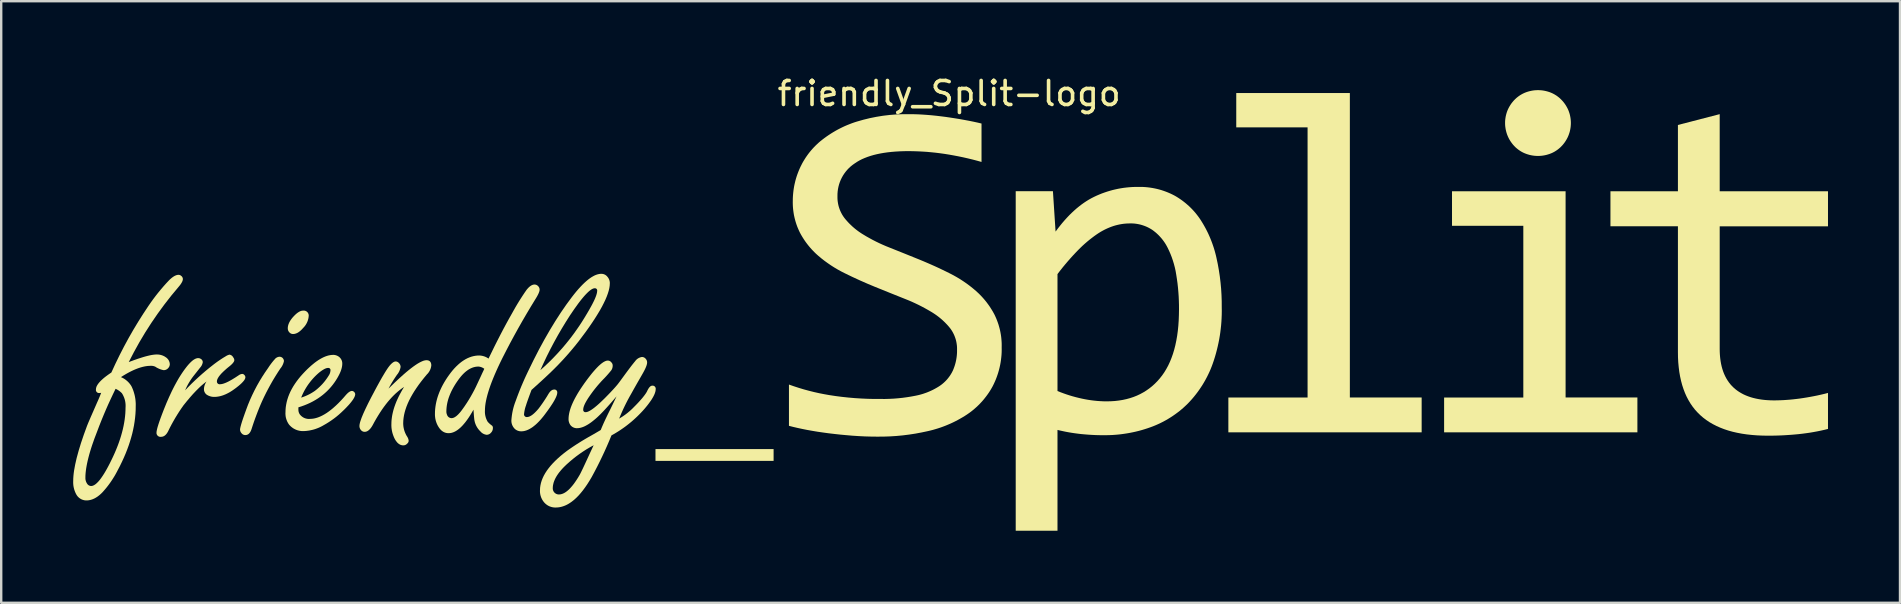
<source format=kicad_pcb>
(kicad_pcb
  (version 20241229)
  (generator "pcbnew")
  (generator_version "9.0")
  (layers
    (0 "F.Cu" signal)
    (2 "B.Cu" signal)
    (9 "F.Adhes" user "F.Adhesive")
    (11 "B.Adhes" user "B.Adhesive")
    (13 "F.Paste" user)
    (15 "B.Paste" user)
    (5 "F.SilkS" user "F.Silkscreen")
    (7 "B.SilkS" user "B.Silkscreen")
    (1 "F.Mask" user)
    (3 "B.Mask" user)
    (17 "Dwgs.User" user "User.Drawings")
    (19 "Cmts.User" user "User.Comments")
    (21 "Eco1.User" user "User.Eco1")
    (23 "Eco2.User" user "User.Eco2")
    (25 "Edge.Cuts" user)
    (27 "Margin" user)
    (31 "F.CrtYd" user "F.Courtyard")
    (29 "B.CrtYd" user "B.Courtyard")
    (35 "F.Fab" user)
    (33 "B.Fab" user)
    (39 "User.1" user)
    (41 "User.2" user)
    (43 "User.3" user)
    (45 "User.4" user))
  (footprint "friendly_Split-logo"
    (layer "F.Cu")
    (at 36.565 9.888)
    (property "Reference" "friendly_Split-logo" (at -0.06 -9.04 0) (unlocked yes) (layer "F.SilkS") (effects (font (size 1 1) (thickness 0.15))))
    (attr smd)
    (fp_poly (pts (xy -7.376 6.269) (xy -12.298 6.269) (xy -12.298 5.777) (xy -7.376 5.777)) (stroke (width 0) (type solid)) (fill yes) (layer "F.SilkS"))
    (fp_poly (pts (xy 25.63 3.627) (xy 28.622 3.627) (xy 28.622 5.079) (xy 20.567 5.079) (xy 20.567 3.628) (xy 23.869 3.628) (xy 23.868 3.627) (xy 23.868 -3.527) (xy 20.896 -3.527) (xy 20.896 -4.968) (xy 25.63 -4.968)) (stroke (width 0) (type solid)) (fill yes) (layer "F.SilkS"))
    (fp_poly (pts (xy 16.639 3.627) (xy 19.631 3.627) (xy 19.631 5.079) (xy 11.576 5.079) (xy 11.576 3.628) (xy 14.878 3.628) (xy 14.878 3.627) (xy 14.878 3.627) (xy 14.877 3.627) (xy 14.877 -7.63) (xy 11.905 -7.63) (xy 11.905 -9.061) (xy 16.639 -9.061)) (stroke (width 0) (type solid)) (fill yes) (layer "F.SilkS"))
    (fp_poly (pts (xy 32.052 -4.968) (xy 36.565 -4.968) (xy 36.565 -3.507) (xy 32.052 -3.507) (xy 32.052 1.596) (xy 32.054 1.729) (xy 32.061 1.858) (xy 32.072 1.982) (xy 32.088 2.102) (xy 32.108 2.218) (xy 32.133 2.33) (xy 32.162 2.437) (xy 32.196 2.541) (xy 32.234 2.639) (xy 32.277 2.734) (xy 32.324 2.824) (xy 32.376 2.91) (xy 32.432 2.992) (xy 32.492 3.07) (xy 32.558 3.143) (xy 32.627 3.212) (xy 32.701 3.277) (xy 32.78 3.338) (xy 32.862 3.394) (xy 32.949 3.446) (xy 33.04 3.495) (xy 33.136 3.539) (xy 33.235 3.578) (xy 33.339 3.614) (xy 33.447 3.645) (xy 33.56 3.672) (xy 33.676 3.695) (xy 33.797 3.714) (xy 33.922 3.729) (xy 34.052 3.739) (xy 34.186 3.746) (xy 34.324 3.748) (xy 34.455 3.746) (xy 34.587 3.742) (xy 34.719 3.736) (xy 34.85 3.727) (xy 34.982 3.717) (xy 35.113 3.704) (xy 35.244 3.689) (xy 35.375 3.673) (xy 35.525 3.651) (xy 35.675 3.627) (xy 35.824 3.601) (xy 35.973 3.573) (xy 36.122 3.543) (xy 36.27 3.51) (xy 36.418 3.475) (xy 36.565 3.437) (xy 36.565 3.437) (xy 36.565 3.437) (xy 36.565 3.437) (xy 36.565 3.437) (xy 36.565 3.437) (xy 36.565 3.437) (xy 36.565 4.938) (xy 36.414 4.975) (xy 36.263 5.009) (xy 36.111 5.04) (xy 35.959 5.068) (xy 35.806 5.094) (xy 35.652 5.116) (xy 35.498 5.136) (xy 35.344 5.154) (xy 35.184 5.169) (xy 35.025 5.182) (xy 34.865 5.193) (xy 34.705 5.203) (xy 34.544 5.21) (xy 34.384 5.215) (xy 34.224 5.218) (xy 34.063 5.219) (xy 33.831 5.215) (xy 33.606 5.205) (xy 33.388 5.188) (xy 33.178 5.165) (xy 32.975 5.135) (xy 32.78 5.098) (xy 32.592 5.055) (xy 32.412 5.005) (xy 32.24 4.948) (xy 32.075 4.884) (xy 31.917 4.814) (xy 31.767 4.737) (xy 31.624 4.654) (xy 31.489 4.564) (xy 31.362 4.467) (xy 31.242 4.363) (xy 31.129 4.252) (xy 31.023 4.135) (xy 30.925 4.01) (xy 30.834 3.878) (xy 30.751 3.739) (xy 30.674 3.593) (xy 30.605 3.439) (xy 30.544 3.279) (xy 30.489 3.111) (xy 30.442 2.936) (xy 30.402 2.754) (xy 30.369 2.565) (xy 30.344 2.368) (xy 30.325 2.165) (xy 30.314 1.954) (xy 30.311 1.736) (xy 30.311 -3.508) (xy 27.499 -3.508) (xy 27.499 -4.968) (xy 30.311 -4.968) (xy 30.311 -7.73) (xy 32.052 -8.181)) (stroke (width 0) (type solid)) (fill yes) (layer "F.SilkS"))
    (fp_poly (pts (xy -26.948 0.006) (xy -26.936 0.007) (xy -26.924 0.008) (xy -26.912 0.01) (xy -26.901 0.013) (xy -26.889 0.017) (xy -26.878 0.021) (xy -26.867 0.026) (xy -26.856 0.032) (xy -26.846 0.038) (xy -26.836 0.044) (xy -26.826 0.052) (xy -26.817 0.06) (xy -26.808 0.068) (xy -26.8 0.077) (xy -26.792 0.087) (xy -26.785 0.096) (xy -26.779 0.107) (xy -26.773 0.117) (xy -26.768 0.128) (xy -26.763 0.139) (xy -26.759 0.15) (xy -26.756 0.162) (xy -26.753 0.173) (xy -26.751 0.185) (xy -26.75 0.197) (xy -26.749 0.209) (xy -26.749 0.221) (xy -26.75 0.233) (xy -26.752 0.245) (xy -26.755 0.28) (xy -26.761 0.313) (xy -26.767 0.347) (xy -26.776 0.38) (xy -26.785 0.412) (xy -26.796 0.444) (xy -26.809 0.476) (xy -26.823 0.507) (xy -26.838 0.537) (xy -26.854 0.566) (xy -26.872 0.595) (xy -26.891 0.623) (xy -26.911 0.651) (xy -26.933 0.677) (xy -26.956 0.703) (xy -26.979 0.727) (xy -27.007 0.758) (xy -27.034 0.787) (xy -27.061 0.814) (xy -27.087 0.838) (xy -27.114 0.861) (xy -27.14 0.882) (xy -27.167 0.901) (xy -27.193 0.918) (xy -27.219 0.933) (xy -27.245 0.945) (xy -27.271 0.956) (xy -27.297 0.965) (xy -27.323 0.972) (xy -27.348 0.977) (xy -27.374 0.98) (xy -27.399 0.981) (xy -27.411 0.981) (xy -27.422 0.981) (xy -27.433 0.979) (xy -27.445 0.977) (xy -27.456 0.975) (xy -27.467 0.972) (xy -27.477 0.968) (xy -27.488 0.963) (xy -27.498 0.958) (xy -27.508 0.953) (xy -27.517 0.947) (xy -27.527 0.94) (xy -27.535 0.933) (xy -27.544 0.925) (xy -27.552 0.917) (xy -27.56 0.909) (xy -27.567 0.9) (xy -27.574 0.891) (xy -27.581 0.882) (xy -27.587 0.872) (xy -27.593 0.863) (xy -27.598 0.852) (xy -27.603 0.842) (xy -27.607 0.832) (xy -27.611 0.821) (xy -27.614 0.81) (xy -27.616 0.799) (xy -27.619 0.788) (xy -27.62 0.777) (xy -27.621 0.766) (xy -27.622 0.754) (xy -27.622 0.743) (xy -27.621 0.712) (xy -27.618 0.68) (xy -27.612 0.649) (xy -27.605 0.617) (xy -27.595 0.584) (xy -27.583 0.552) (xy -27.569 0.519) (xy -27.553 0.486) (xy -27.535 0.453) (xy -27.515 0.42) (xy -27.492 0.386) (xy -27.467 0.352) (xy -27.441 0.318) (xy -27.412 0.284) (xy -27.38 0.249) (xy -27.347 0.215) (xy -27.347 0.214) (xy -27.347 0.214) (xy -27.347 0.214) (xy -27.322 0.189) (xy -27.297 0.166) (xy -27.273 0.144) (xy -27.249 0.124) (xy -27.225 0.105) (xy -27.201 0.088) (xy -27.178 0.073) (xy -27.155 0.059) (xy -27.133 0.047) (xy -27.111 0.036) (xy -27.089 0.027) (xy -27.067 0.02) (xy -27.046 0.014) (xy -27.025 0.01) (xy -27.005 0.008) (xy -26.984 0.007) (xy -26.972 0.006) (xy -26.96 0.005)) (stroke (width 0) (type solid)) (fill yes) (layer "F.SilkS"))
    (fp_poly (pts (xy -27.958 1.929) (xy -27.948 1.93) (xy -27.938 1.931) (xy -27.927 1.933) (xy -27.917 1.935) (xy -27.908 1.938) (xy -27.898 1.942) (xy -27.888 1.946) (xy -27.879 1.951) (xy -27.87 1.956) (xy -27.862 1.961) (xy -27.853 1.967) (xy -27.845 1.974) (xy -27.838 1.981) (xy -27.831 1.988) (xy -27.824 1.996) (xy -27.819 2.003) (xy -27.815 2.009) (xy -27.811 2.016) (xy -27.807 2.022) (xy -27.803 2.029) (xy -27.8 2.036) (xy -27.797 2.043) (xy -27.794 2.05) (xy -27.791 2.057) (xy -27.789 2.065) (xy -27.787 2.072) (xy -27.786 2.08) (xy -27.784 2.087) (xy -27.783 2.095) (xy -27.783 2.103) (xy -27.782 2.11) (xy -27.787 2.132) (xy -27.792 2.153) (xy -27.798 2.174) (xy -27.805 2.195) (xy -27.812 2.215) (xy -27.82 2.236) (xy -27.829 2.256) (xy -27.838 2.275) (xy -27.848 2.295) (xy -27.858 2.314) (xy -27.869 2.333) (xy -27.881 2.351) (xy -27.893 2.369) (xy -27.905 2.387) (xy -27.919 2.404) (xy -27.933 2.421) (xy -28.041 2.586) (xy -28.145 2.752) (xy -28.247 2.921) (xy -28.344 3.092) (xy -28.438 3.265) (xy -28.529 3.439) (xy -28.616 3.616) (xy -28.699 3.794) (xy -28.76 3.934) (xy -28.818 4.074) (xy -28.875 4.216) (xy -28.929 4.358) (xy -28.982 4.501) (xy -29.033 4.644) (xy -29.082 4.789) (xy -29.129 4.934) (xy -29.14 4.965) (xy -29.151 4.994) (xy -29.164 5.022) (xy -29.176 5.047) (xy -29.183 5.059) (xy -29.19 5.07) (xy -29.197 5.081) (xy -29.204 5.091) (xy -29.212 5.101) (xy -29.22 5.111) (xy -29.227 5.119) (xy -29.235 5.128) (xy -29.244 5.136) (xy -29.252 5.143) (xy -29.26 5.15) (xy -29.269 5.156) (xy -29.278 5.162) (xy -29.287 5.167) (xy -29.296 5.172) (xy -29.306 5.176) (xy -29.316 5.18) (xy -29.325 5.183) (xy -29.335 5.186) (xy -29.346 5.188) (xy -29.356 5.19) (xy -29.367 5.191) (xy -29.377 5.192) (xy -29.388 5.193) (xy -29.4 5.192) (xy -29.413 5.192) (xy -29.425 5.19) (xy -29.436 5.188) (xy -29.448 5.185) (xy -29.459 5.181) (xy -29.471 5.177) (xy -29.481 5.172) (xy -29.492 5.166) (xy -29.502 5.16) (xy -29.512 5.153) (xy -29.521 5.145) (xy -29.53 5.137) (xy -29.539 5.129) (xy -29.547 5.119) (xy -29.554 5.11) (xy -29.561 5.102) (xy -29.567 5.094) (xy -29.573 5.086) (xy -29.578 5.078) (xy -29.583 5.069) (xy -29.588 5.06) (xy -29.592 5.051) (xy -29.596 5.042) (xy -29.599 5.033) (xy -29.602 5.024) (xy -29.605 5.014) (xy -29.607 5.004) (xy -29.608 4.995) (xy -29.61 4.985) (xy -29.611 4.975) (xy -29.611 4.965) (xy -29.61 4.942) (xy -29.606 4.914) (xy -29.59 4.842) (xy -29.564 4.746) (xy -29.528 4.628) (xy -29.481 4.487) (xy -29.424 4.324) (xy -29.357 4.137) (xy -29.279 3.929) (xy -29.195 3.726) (xy -29.105 3.527) (xy -29.009 3.33) (xy -28.907 3.136) (xy -28.799 2.946) (xy -28.685 2.759) (xy -28.565 2.575) (xy -28.44 2.395) (xy -28.409 2.347) (xy -28.376 2.299) (xy -28.342 2.252) (xy -28.308 2.206) (xy -28.272 2.16) (xy -28.236 2.115) (xy -28.199 2.071) (xy -28.16 2.028) (xy -28.16 2.028) (xy -28.151 2.017) (xy -28.142 2.007) (xy -28.132 1.997) (xy -28.121 1.988) (xy -28.11 1.98) (xy -28.099 1.972) (xy -28.087 1.965) (xy -28.075 1.958) (xy -28.063 1.952) (xy -28.05 1.947) (xy -28.037 1.942) (xy -28.024 1.938) (xy -28.01 1.935) (xy -27.997 1.932) (xy -27.983 1.93) (xy -27.969 1.929)) (stroke (width 0) (type solid)) (fill yes) (layer "F.SilkS"))
    (fp_poly (pts (xy 24.548 -9.18) (xy 24.616 -9.175) (xy 24.685 -9.167) (xy 24.753 -9.155) (xy 24.82 -9.14) (xy 24.887 -9.122) (xy 24.954 -9.101) (xy 25.019 -9.076) (xy 25.05 -9.063) (xy 25.08 -9.049) (xy 25.109 -9.035) (xy 25.139 -9.019) (xy 25.168 -9.003) (xy 25.196 -8.986) (xy 25.224 -8.969) (xy 25.252 -8.951) (xy 25.279 -8.932) (xy 25.305 -8.912) (xy 25.332 -8.892) (xy 25.357 -8.871) (xy 25.382 -8.85) (xy 25.407 -8.827) (xy 25.431 -8.804) (xy 25.454 -8.781) (xy 25.477 -8.757) (xy 25.499 -8.733) (xy 25.521 -8.708) (xy 25.542 -8.683) (xy 25.562 -8.657) (xy 25.582 -8.631) (xy 25.601 -8.604) (xy 25.62 -8.577) (xy 25.638 -8.549) (xy 25.655 -8.521) (xy 25.671 -8.493) (xy 25.687 -8.464) (xy 25.703 -8.435) (xy 25.717 -8.406) (xy 25.731 -8.376) (xy 25.745 -8.346) (xy 25.769 -8.281) (xy 25.791 -8.216) (xy 25.809 -8.15) (xy 25.823 -8.083) (xy 25.835 -8.016) (xy 25.843 -7.948) (xy 25.848 -7.881) (xy 25.85 -7.813) (xy 25.848 -7.745) (xy 25.843 -7.677) (xy 25.835 -7.61) (xy 25.823 -7.542) (xy 25.809 -7.476) (xy 25.791 -7.41) (xy 25.769 -7.344) (xy 25.745 -7.28) (xy 25.731 -7.249) (xy 25.718 -7.219) (xy 25.703 -7.189) (xy 25.688 -7.16) (xy 25.672 -7.131) (xy 25.655 -7.102) (xy 25.638 -7.074) (xy 25.62 -7.046) (xy 25.602 -7.019) (xy 25.583 -6.992) (xy 25.563 -6.965) (xy 25.542 -6.939) (xy 25.521 -6.913) (xy 25.5 -6.888) (xy 25.477 -6.864) (xy 25.454 -6.84) (xy 25.431 -6.816) (xy 25.407 -6.793) (xy 25.382 -6.771) (xy 25.357 -6.75) (xy 25.332 -6.729) (xy 25.305 -6.708) (xy 25.279 -6.689) (xy 25.252 -6.67) (xy 25.224 -6.652) (xy 25.196 -6.634) (xy 25.168 -6.617) (xy 25.139 -6.601) (xy 25.109 -6.586) (xy 25.08 -6.571) (xy 25.05 -6.558) (xy 25.019 -6.545) (xy 24.954 -6.52) (xy 24.887 -6.499) (xy 24.82 -6.48) (xy 24.753 -6.466) (xy 24.685 -6.454) (xy 24.616 -6.446) (xy 24.548 -6.441) (xy 24.479 -6.439) (xy 24.41 -6.441) (xy 24.341 -6.446) (xy 24.273 -6.454) (xy 24.205 -6.466) (xy 24.137 -6.48) (xy 24.07 -6.499) (xy 24.004 -6.52) (xy 23.938 -6.545) (xy 23.908 -6.558) (xy 23.878 -6.571) (xy 23.848 -6.586) (xy 23.819 -6.601) (xy 23.79 -6.617) (xy 23.761 -6.634) (xy 23.733 -6.652) (xy 23.706 -6.67) (xy 23.679 -6.689) (xy 23.652 -6.708) (xy 23.626 -6.729) (xy 23.6 -6.75) (xy 23.575 -6.771) (xy 23.55 -6.793) (xy 23.526 -6.816) (xy 23.503 -6.84) (xy 23.48 -6.864) (xy 23.458 -6.888) (xy 23.436 -6.913) (xy 23.415 -6.939) (xy 23.395 -6.965) (xy 23.375 -6.992) (xy 23.356 -7.019) (xy 23.337 -7.046) (xy 23.319 -7.074) (xy 23.302 -7.102) (xy 23.285 -7.131) (xy 23.269 -7.16) (xy 23.254 -7.189) (xy 23.24 -7.219) (xy 23.226 -7.249) (xy 23.213 -7.28) (xy 23.188 -7.344) (xy 23.167 -7.41) (xy 23.149 -7.476) (xy 23.134 -7.542) (xy 23.123 -7.61) (xy 23.114 -7.677) (xy 23.109 -7.745) (xy 23.108 -7.813) (xy 23.109 -7.881) (xy 23.114 -7.948) (xy 23.123 -8.016) (xy 23.134 -8.083) (xy 23.149 -8.15) (xy 23.167 -8.216) (xy 23.188 -8.281) (xy 23.213 -8.346) (xy 23.226 -8.376) (xy 23.24 -8.406) (xy 23.255 -8.435) (xy 23.27 -8.464) (xy 23.286 -8.493) (xy 23.303 -8.521) (xy 23.32 -8.549) (xy 23.338 -8.577) (xy 23.356 -8.604) (xy 23.375 -8.631) (xy 23.395 -8.657) (xy 23.416 -8.683) (xy 23.437 -8.708) (xy 23.458 -8.733) (xy 23.48 -8.757) (xy 23.503 -8.781) (xy 23.526 -8.804) (xy 23.551 -8.827) (xy 23.575 -8.85) (xy 23.6 -8.871) (xy 23.626 -8.892) (xy 23.652 -8.912) (xy 23.679 -8.932) (xy 23.706 -8.951) (xy 23.733 -8.969) (xy 23.761 -8.986) (xy 23.79 -9.003) (xy 23.819 -9.019) (xy 23.848 -9.035) (xy 23.878 -9.049) (xy 23.908 -9.063) (xy 23.938 -9.076) (xy 23.938 -9.076) (xy 24.004 -9.101) (xy 24.07 -9.122) (xy 24.137 -9.14) (xy 24.205 -9.155) (xy 24.273 -9.167) (xy 24.341 -9.175) (xy 24.41 -9.18) (xy 24.479 -9.181)) (stroke (width 0) (type solid)) (fill yes) (layer "F.SilkS"))
    (fp_poly (pts (xy 8.015 -5.147) (xy 8.113 -5.141) (xy 8.211 -5.132) (xy 8.308 -5.12) (xy 8.405 -5.105) (xy 8.501 -5.087) (xy 8.597 -5.066) (xy 8.692 -5.042) (xy 8.786 -5.015) (xy 8.879 -4.984) (xy 8.971 -4.951) (xy 9.062 -4.915) (xy 9.152 -4.876) (xy 9.241 -4.834) (xy 9.329 -4.789) (xy 9.411 -4.742) (xy 9.491 -4.692) (xy 9.569 -4.64) (xy 9.646 -4.586) (xy 9.721 -4.529) (xy 9.795 -4.47) (xy 9.866 -4.409) (xy 9.936 -4.347) (xy 10.003 -4.282) (xy 10.069 -4.215) (xy 10.133 -4.146) (xy 10.195 -4.075) (xy 10.254 -4.002) (xy 10.312 -3.927) (xy 10.367 -3.851) (xy 10.42 -3.773) (xy 10.477 -3.682) (xy 10.533 -3.589) (xy 10.586 -3.496) (xy 10.638 -3.401) (xy 10.687 -3.305) (xy 10.734 -3.209) (xy 10.778 -3.111) (xy 10.821 -3.012) (xy 10.861 -2.912) (xy 10.899 -2.812) (xy 10.935 -2.71) (xy 10.969 -2.608) (xy 11 -2.505) (xy 11.029 -2.401) (xy 11.056 -2.297) (xy 11.08 -2.192) (xy 11.08 -2.192) (xy 11.134 -1.937) (xy 11.18 -1.68) (xy 11.219 -1.423) (xy 11.25 -1.165) (xy 11.274 -0.906) (xy 11.29 -0.646) (xy 11.299 -0.386) (xy 11.3 -0.125) (xy 11.302 0.024) (xy 11.3 0.173) (xy 11.294 0.322) (xy 11.286 0.471) (xy 11.274 0.619) (xy 11.258 0.767) (xy 11.24 0.915) (xy 11.218 1.062) (xy 11.193 1.209) (xy 11.164 1.355) (xy 11.132 1.5) (xy 11.097 1.645) (xy 11.059 1.789) (xy 11.018 1.932) (xy 10.973 2.075) (xy 10.925 2.216) (xy 10.882 2.332) (xy 10.836 2.447) (xy 10.787 2.56) (xy 10.734 2.672) (xy 10.679 2.782) (xy 10.621 2.891) (xy 10.56 2.998) (xy 10.497 3.103) (xy 10.43 3.206) (xy 10.361 3.308) (xy 10.289 3.408) (xy 10.214 3.506) (xy 10.137 3.602) (xy 10.057 3.696) (xy 9.974 3.788) (xy 9.889 3.878) (xy 9.805 3.959) (xy 9.72 4.038) (xy 9.632 4.115) (xy 9.542 4.189) (xy 9.45 4.26) (xy 9.356 4.329) (xy 9.261 4.395) (xy 9.163 4.459) (xy 9.064 4.52) (xy 8.964 4.578) (xy 8.861 4.634) (xy 8.758 4.686) (xy 8.652 4.736) (xy 8.546 4.783) (xy 8.438 4.827) (xy 8.328 4.868) (xy 8.21 4.909) (xy 8.092 4.947) (xy 7.973 4.983) (xy 7.853 5.016) (xy 7.732 5.046) (xy 7.611 5.073) (xy 7.489 5.098) (xy 7.367 5.12) (xy 7.244 5.139) (xy 7.121 5.156) (xy 6.998 5.17) (xy 6.874 5.181) (xy 6.75 5.19) (xy 6.626 5.195) (xy 6.501 5.198) (xy 6.377 5.199) (xy 6.257 5.198) (xy 6.137 5.196) (xy 6.018 5.192) (xy 5.898 5.186) (xy 5.779 5.179) (xy 5.659 5.17) (xy 5.54 5.16) (xy 5.421 5.149) (xy 5.299 5.134) (xy 5.178 5.118) (xy 5.056 5.1) (xy 4.935 5.08) (xy 4.815 5.058) (xy 4.695 5.033) (xy 4.575 5.007) (xy 4.455 4.979) (xy 4.455 9.181) (xy 2.714 9.181) (xy 2.714 3.357) (xy 4.455 3.357) (xy 4.578 3.407) (xy 4.702 3.453) (xy 4.827 3.497) (xy 4.953 3.538) (xy 5.08 3.576) (xy 5.208 3.611) (xy 5.336 3.643) (xy 5.466 3.673) (xy 5.594 3.699) (xy 5.723 3.722) (xy 5.853 3.742) (xy 5.983 3.758) (xy 6.114 3.771) (xy 6.244 3.78) (xy 6.375 3.786) (xy 6.507 3.788) (xy 6.681 3.784) (xy 6.85 3.773) (xy 7.014 3.754) (xy 7.174 3.728) (xy 7.329 3.694) (xy 7.479 3.653) (xy 7.624 3.605) (xy 7.765 3.549) (xy 7.901 3.485) (xy 8.032 3.414) (xy 8.158 3.336) (xy 8.28 3.25) (xy 8.397 3.157) (xy 8.509 3.056) (xy 8.616 2.948) (xy 8.718 2.832) (xy 8.815 2.709) (xy 8.906 2.578) (xy 8.99 2.44) (xy 9.069 2.294) (xy 9.141 2.14) (xy 9.206 1.979) (xy 9.266 1.811) (xy 9.319 1.635) (xy 9.366 1.451) (xy 9.406 1.26) (xy 9.441 1.061) (xy 9.469 0.855) (xy 9.491 0.641) (xy 9.506 0.42) (xy 9.515 0.191) (xy 9.519 -0.045) (xy 9.518 -0.228) (xy 9.513 -0.41) (xy 9.505 -0.592) (xy 9.492 -0.773) (xy 9.476 -0.955) (xy 9.456 -1.136) (xy 9.431 -1.316) (xy 9.403 -1.496) (xy 9.378 -1.643) (xy 9.346 -1.789) (xy 9.308 -1.934) (xy 9.265 -2.076) (xy 9.217 -2.217) (xy 9.163 -2.356) (xy 9.103 -2.493) (xy 9.038 -2.627) (xy 9.009 -2.682) (xy 8.979 -2.735) (xy 8.947 -2.788) (xy 8.913 -2.84) (xy 8.878 -2.89) (xy 8.841 -2.939) (xy 8.803 -2.988) (xy 8.763 -3.034) (xy 8.722 -3.08) (xy 8.68 -3.125) (xy 8.636 -3.168) (xy 8.591 -3.21) (xy 8.545 -3.25) (xy 8.497 -3.289) (xy 8.448 -3.327) (xy 8.398 -3.363) (xy 8.345 -3.396) (xy 8.292 -3.426) (xy 8.238 -3.455) (xy 8.182 -3.482) (xy 8.126 -3.506) (xy 8.069 -3.528) (xy 8.011 -3.548) (xy 7.953 -3.566) (xy 7.894 -3.582) (xy 7.834 -3.595) (xy 7.774 -3.606) (xy 7.713 -3.615) (xy 7.652 -3.622) (xy 7.591 -3.626) (xy 7.529 -3.628) (xy 7.467 -3.627) (xy 7.382 -3.625) (xy 7.297 -3.62) (xy 7.212 -3.612) (xy 7.128 -3.6) (xy 7.044 -3.585) (xy 6.961 -3.567) (xy 6.878 -3.546) (xy 6.797 -3.522) (xy 6.703 -3.49) (xy 6.611 -3.454) (xy 6.52 -3.415) (xy 6.431 -3.373) (xy 6.344 -3.327) (xy 6.258 -3.279) (xy 6.174 -3.227) (xy 6.091 -3.172) (xy 5.988 -3.099) (xy 5.887 -3.023) (xy 5.788 -2.946) (xy 5.69 -2.865) (xy 5.595 -2.783) (xy 5.501 -2.698) (xy 5.41 -2.611) (xy 5.321 -2.522) (xy 5.205 -2.402) (xy 5.092 -2.281) (xy 4.981 -2.158) (xy 4.872 -2.033) (xy 4.764 -1.906) (xy 4.659 -1.778) (xy 4.556 -1.648) (xy 4.455 -1.516) (xy 4.455 3.357) (xy 2.714 3.357) (xy 2.714 -4.969) (xy 4.265 -4.969) (xy 4.375 -3.287) (xy 4.47 -3.414) (xy 4.565 -3.535) (xy 4.66 -3.652) (xy 4.757 -3.764) (xy 4.854 -3.871) (xy 4.952 -3.974) (xy 5.051 -4.071) (xy 5.151 -4.164) (xy 5.251 -4.252) (xy 5.353 -4.335) (xy 5.455 -4.414) (xy 5.557 -4.487) (xy 5.661 -4.556) (xy 5.765 -4.62) (xy 5.871 -4.679) (xy 5.977 -4.733) (xy 6.085 -4.784) (xy 6.194 -4.831) (xy 6.305 -4.876) (xy 6.417 -4.916) (xy 6.529 -4.954) (xy 6.643 -4.988) (xy 6.758 -5.02) (xy 6.873 -5.047) (xy 6.989 -5.072) (xy 7.106 -5.093) (xy 7.224 -5.111) (xy 7.342 -5.125) (xy 7.46 -5.136) (xy 7.579 -5.144) (xy 7.699 -5.148) (xy 7.818 -5.149) (xy 7.917 -5.149)) (stroke (width 0) (type solid)) (fill yes) (layer "F.SilkS"))
    (fp_poly (pts (xy -21.831 2.074) (xy -21.819 2.075) (xy -21.807 2.076) (xy -21.796 2.077) (xy -21.785 2.079) (xy -21.775 2.082) (xy -21.765 2.084) (xy -21.755 2.088) (xy -21.746 2.091) (xy -21.737 2.096) (xy -21.728 2.1) (xy -21.72 2.105) (xy -21.712 2.111) (xy -21.705 2.116) (xy -21.698 2.123) (xy -21.692 2.13) (xy -21.686 2.137) (xy -21.68 2.144) (xy -21.675 2.152) (xy -21.67 2.161) (xy -21.665 2.17) (xy -21.661 2.179) (xy -21.657 2.189) (xy -21.654 2.199) (xy -21.651 2.21) (xy -21.648 2.221) (xy -21.646 2.232) (xy -21.644 2.244) (xy -21.642 2.269) (xy -21.641 2.296) (xy -21.645 2.322) (xy -21.65 2.348) (xy -21.655 2.374) (xy -21.662 2.399) (xy -21.67 2.424) (xy -21.679 2.448) (xy -21.689 2.472) (xy -21.7 2.496) (xy -21.712 2.519) (xy -21.725 2.541) (xy -21.739 2.563) (xy -21.754 2.585) (xy -21.77 2.606) (xy -21.786 2.626) (xy -21.804 2.645) (xy -21.823 2.664) (xy -21.942 2.807) (xy -22.054 2.949) (xy -22.159 3.088) (xy -22.255 3.225) (xy -22.344 3.359) (xy -22.425 3.492) (xy -22.499 3.622) (xy -22.565 3.751) (xy -22.623 3.877) (xy -22.673 4.001) (xy -22.715 4.123) (xy -22.75 4.242) (xy -22.777 4.36) (xy -22.796 4.476) (xy -22.808 4.589) (xy -22.812 4.7) (xy -22.811 4.736) (xy -22.809 4.772) (xy -22.806 4.807) (xy -22.802 4.843) (xy -22.796 4.878) (xy -22.789 4.913) (xy -22.781 4.948) (xy -22.772 4.983) (xy -22.761 5.017) (xy -22.75 5.051) (xy -22.737 5.084) (xy -22.723 5.117) (xy -22.708 5.149) (xy -22.692 5.181) (xy -22.675 5.213) (xy -22.656 5.244) (xy -22.649 5.254) (xy -22.642 5.265) (xy -22.636 5.276) (xy -22.63 5.287) (xy -22.624 5.298) (xy -22.618 5.309) (xy -22.613 5.321) (xy -22.608 5.333) (xy -22.604 5.344) (xy -22.6 5.356) (xy -22.596 5.368) (xy -22.593 5.381) (xy -22.59 5.393) (xy -22.588 5.405) (xy -22.586 5.418) (xy -22.584 5.43) (xy -22.585 5.439) (xy -22.586 5.448) (xy -22.588 5.456) (xy -22.59 5.465) (xy -22.592 5.473) (xy -22.595 5.481) (xy -22.598 5.489) (xy -22.602 5.497) (xy -22.606 5.504) (xy -22.611 5.511) (xy -22.616 5.518) (xy -22.621 5.525) (xy -22.627 5.532) (xy -22.633 5.538) (xy -22.639 5.544) (xy -22.646 5.549) (xy -22.654 5.558) (xy -22.662 5.566) (xy -22.671 5.573) (xy -22.68 5.58) (xy -22.689 5.587) (xy -22.699 5.593) (xy -22.708 5.598) (xy -22.719 5.603) (xy -22.729 5.608) (xy -22.74 5.611) (xy -22.75 5.615) (xy -22.761 5.617) (xy -22.773 5.619) (xy -22.784 5.621) (xy -22.795 5.622) (xy -22.807 5.622) (xy -22.833 5.621) (xy -22.859 5.618) (xy -22.872 5.615) (xy -22.884 5.612) (xy -22.896 5.609) (xy -22.909 5.605) (xy -22.933 5.596) (xy -22.957 5.584) (xy -22.98 5.57) (xy -23.002 5.555) (xy -23.024 5.537) (xy -23.046 5.517) (xy -23.067 5.495) (xy -23.087 5.47) (xy -23.107 5.444) (xy -23.127 5.416) (xy -23.146 5.385) (xy -23.164 5.353) (xy -23.182 5.317) (xy -23.199 5.28) (xy -23.214 5.243) (xy -23.228 5.206) (xy -23.241 5.168) (xy -23.253 5.13) (xy -23.264 5.092) (xy -23.273 5.053) (xy -23.282 5.014) (xy -23.288 4.975) (xy -23.294 4.936) (xy -23.299 4.896) (xy -23.302 4.856) (xy -23.304 4.816) (xy -23.305 4.776) (xy -23.304 4.736) (xy -23.302 4.648) (xy -23.296 4.559) (xy -23.285 4.469) (xy -23.271 4.377) (xy -23.252 4.284) (xy -23.23 4.191) (xy -23.203 4.095) (xy -23.172 3.999) (xy -23.137 3.902) (xy -23.098 3.803) (xy -23.054 3.704) (xy -23.007 3.603) (xy -22.955 3.501) (xy -22.899 3.397) (xy -22.84 3.293) (xy -22.776 3.187) (xy -22.863 3.246) (xy -22.95 3.311) (xy -23.036 3.381) (xy -23.122 3.456) (xy -23.206 3.537) (xy -23.29 3.623) (xy -23.373 3.715) (xy -23.456 3.812) (xy -23.537 3.914) (xy -23.618 4.022) (xy -23.698 4.135) (xy -23.777 4.254) (xy -23.855 4.378) (xy -23.933 4.507) (xy -24.01 4.642) (xy -24.086 4.783) (xy -24.106 4.816) (xy -24.125 4.847) (xy -24.145 4.876) (xy -24.165 4.903) (xy -24.185 4.928) (xy -24.206 4.95) (xy -24.226 4.97) (xy -24.247 4.989) (xy -24.268 5.005) (xy -24.278 5.012) (xy -24.289 5.019) (xy -24.299 5.025) (xy -24.31 5.031) (xy -24.32 5.036) (xy -24.331 5.04) (xy -24.342 5.044) (xy -24.352 5.048) (xy -24.363 5.051) (xy -24.374 5.053) (xy -24.385 5.055) (xy -24.396 5.056) (xy -24.407 5.057) (xy -24.418 5.057) (xy -24.428 5.057) (xy -24.438 5.057) (xy -24.448 5.056) (xy -24.458 5.054) (xy -24.468 5.052) (xy -24.478 5.049) (xy -24.488 5.046) (xy -24.497 5.042) (xy -24.506 5.038) (xy -24.515 5.033) (xy -24.524 5.028) (xy -24.532 5.022) (xy -24.54 5.016) (xy -24.548 5.01) (xy -24.556 5.003) (xy -24.563 4.995) (xy -24.572 4.986) (xy -24.58 4.976) (xy -24.588 4.966) (xy -24.595 4.955) (xy -24.602 4.944) (xy -24.608 4.933) (xy -24.613 4.921) (xy -24.618 4.909) (xy -24.623 4.897) (xy -24.626 4.885) (xy -24.629 4.873) (xy -24.632 4.86) (xy -24.634 4.847) (xy -24.635 4.835) (xy -24.635 4.822) (xy -24.635 4.809) (xy -24.633 4.77) (xy -24.625 4.725) (xy -24.613 4.672) (xy -24.595 4.612) (xy -24.546 4.471) (xy -24.476 4.302) (xy -24.386 4.105) (xy -24.277 3.879) (xy -24.147 3.625) (xy -23.998 3.343) (xy -23.915 3.188) (xy -23.836 3.044) (xy -23.762 2.91) (xy -23.693 2.788) (xy -23.627 2.677) (xy -23.567 2.577) (xy -23.511 2.488) (xy -23.459 2.41) (xy -23.435 2.376) (xy -23.411 2.344) (xy -23.388 2.314) (xy -23.365 2.286) (xy -23.342 2.26) (xy -23.32 2.237) (xy -23.298 2.216) (xy -23.277 2.197) (xy -23.256 2.18) (xy -23.236 2.166) (xy -23.226 2.159) (xy -23.216 2.153) (xy -23.206 2.148) (xy -23.196 2.143) (xy -23.187 2.139) (xy -23.177 2.135) (xy -23.168 2.132) (xy -23.159 2.13) (xy -23.149 2.128) (xy -23.14 2.127) (xy -23.131 2.126) (xy -23.123 2.125) (xy -23.113 2.126) (xy -23.104 2.127) (xy -23.095 2.129) (xy -23.086 2.131) (xy -23.077 2.133) (xy -23.069 2.136) (xy -23.06 2.14) (xy -23.052 2.143) (xy -23.043 2.147) (xy -23.036 2.152) (xy -23.028 2.157) (xy -23.02 2.162) (xy -23.013 2.168) (xy -23.006 2.174) (xy -23 2.181) (xy -22.993 2.188) (xy -22.985 2.196) (xy -22.977 2.204) (xy -22.969 2.213) (xy -22.963 2.223) (xy -22.956 2.232) (xy -22.95 2.242) (xy -22.945 2.252) (xy -22.94 2.263) (xy -22.935 2.274) (xy -22.932 2.285) (xy -22.928 2.296) (xy -22.926 2.307) (xy -22.924 2.318) (xy -22.922 2.33) (xy -22.921 2.342) (xy -22.921 2.353) (xy -22.925 2.376) (xy -22.929 2.398) (xy -22.935 2.42) (xy -22.941 2.442) (xy -22.948 2.464) (xy -22.956 2.485) (xy -22.964 2.506) (xy -22.973 2.527) (xy -22.983 2.547) (xy -22.994 2.567) (xy -23.005 2.587) (xy -23.017 2.607) (xy -23.029 2.625) (xy -23.042 2.644) (xy -23.056 2.662) (xy -23.071 2.68) (xy -23.071 2.68) (xy -23.118 2.749) (xy -23.165 2.819) (xy -23.211 2.89) (xy -23.255 2.962) (xy -23.299 3.034) (xy -23.341 3.107) (xy -23.383 3.181) (xy -23.423 3.255) (xy -23.389 3.224) (xy -23.357 3.193) (xy -23.325 3.161) (xy -23.293 3.13) (xy -23.161 3.002) (xy -23.034 2.883) (xy -22.912 2.771) (xy -22.797 2.668) (xy -22.687 2.573) (xy -22.582 2.486) (xy -22.483 2.408) (xy -22.39 2.338) (xy -22.302 2.276) (xy -22.22 2.222) (xy -22.143 2.177) (xy -22.072 2.14) (xy -22.006 2.111) (xy -21.976 2.099) (xy -21.946 2.09) (xy -21.918 2.083) (xy -21.892 2.078) (xy -21.867 2.075) (xy -21.843 2.074)) (stroke (width 0) (type solid)) (fill yes) (layer "F.SilkS"))
    (fp_poly (pts (xy -14.54 -1.526) (xy -14.522 -1.525) (xy -14.503 -1.523) (xy -14.486 -1.52) (xy -14.468 -1.516) (xy -14.451 -1.51) (xy -14.434 -1.504) (xy -14.417 -1.497) (xy -14.401 -1.489) (xy -14.386 -1.48) (xy -14.371 -1.47) (xy -14.356 -1.459) (xy -14.342 -1.447) (xy -14.329 -1.435) (xy -14.316 -1.421) (xy -14.304 -1.407) (xy -14.292 -1.393) (xy -14.28 -1.378) (xy -14.27 -1.363) (xy -14.26 -1.347) (xy -14.25 -1.331) (xy -14.242 -1.314) (xy -14.234 -1.297) (xy -14.227 -1.28) (xy -14.221 -1.262) (xy -14.215 -1.244) (xy -14.211 -1.226) (xy -14.207 -1.208) (xy -14.204 -1.189) (xy -14.202 -1.171) (xy -14.201 -1.152) (xy -14.201 -1.133) (xy -14.206 -1.038) (xy -14.221 -0.936) (xy -14.246 -0.827) (xy -14.282 -0.71) (xy -14.327 -0.586) (xy -14.383 -0.453) (xy -14.449 -0.314) (xy -14.524 -0.167) (xy -14.61 -0.012) (xy -14.707 0.15) (xy -14.813 0.32) (xy -14.929 0.497) (xy -15.056 0.682) (xy -15.192 0.874) (xy -15.496 1.281) (xy -15.656 1.481) (xy -15.82 1.678) (xy -15.987 1.871) (xy -16.159 2.061) (xy -16.335 2.247) (xy -16.514 2.429) (xy -16.697 2.608) (xy -16.884 2.783) (xy -16.884 2.784) (xy -17.136 3.015) (xy -17.465 3.312) (xy -17.537 3.505) (xy -17.6 3.678) (xy -17.654 3.831) (xy -17.677 3.9) (xy -17.697 3.965) (xy -17.712 4.007) (xy -17.725 4.05) (xy -17.737 4.093) (xy -17.747 4.136) (xy -17.756 4.18) (xy -17.764 4.224) (xy -17.77 4.268) (xy -17.775 4.312) (xy -17.776 4.319) (xy -17.777 4.325) (xy -17.777 4.332) (xy -17.776 4.338) (xy -17.776 4.345) (xy -17.775 4.351) (xy -17.773 4.357) (xy -17.772 4.364) (xy -17.77 4.37) (xy -17.767 4.376) (xy -17.764 4.382) (xy -17.761 4.387) (xy -17.758 4.393) (xy -17.754 4.398) (xy -17.75 4.403) (xy -17.745 4.408) (xy -17.741 4.413) (xy -17.736 4.417) (xy -17.731 4.421) (xy -17.725 4.425) (xy -17.72 4.428) (xy -17.714 4.431) (xy -17.708 4.434) (xy -17.702 4.436) (xy -17.696 4.438) (xy -17.69 4.44) (xy -17.683 4.441) (xy -17.677 4.442) (xy -17.671 4.442) (xy -17.664 4.442) (xy -17.657 4.442) (xy -17.651 4.442) (xy -17.627 4.44) (xy -17.603 4.436) (xy -17.577 4.429) (xy -17.551 4.42) (xy -17.524 4.407) (xy -17.496 4.392) (xy -17.467 4.374) (xy -17.437 4.354) (xy -17.407 4.33) (xy -17.375 4.304) (xy -17.343 4.275) (xy -17.31 4.243) (xy -17.276 4.209) (xy -17.241 4.172) (xy -17.206 4.132) (xy -17.169 4.089) (xy -17.113 4.015) (xy -17.059 3.94) (xy -17.005 3.864) (xy -16.953 3.787) (xy -16.902 3.71) (xy -16.852 3.632) (xy -16.803 3.553) (xy -16.755 3.473) (xy -16.741 3.452) (xy -16.727 3.432) (xy -16.714 3.413) (xy -16.7 3.396) (xy -16.686 3.38) (xy -16.672 3.366) (xy -16.658 3.353) (xy -16.643 3.341) (xy -16.629 3.331) (xy -16.615 3.322) (xy -16.608 3.318) (xy -16.6 3.314) (xy -16.593 3.311) (xy -16.586 3.308) (xy -16.578 3.305) (xy -16.571 3.303) (xy -16.564 3.301) (xy -16.556 3.3) (xy -16.549 3.298) (xy -16.542 3.298) (xy -16.534 3.297) (xy -16.527 3.297) (xy -16.52 3.296) (xy -16.513 3.295) (xy -16.506 3.295) (xy -16.5 3.295) (xy -16.493 3.296) (xy -16.486 3.297) (xy -16.48 3.299) (xy -16.473 3.3) (xy -16.467 3.303) (xy -16.461 3.305) (xy -16.455 3.308) (xy -16.449 3.311) (xy -16.443 3.315) (xy -16.437 3.319) (xy -16.432 3.323) (xy -16.427 3.328) (xy -16.422 3.333) (xy -16.418 3.338) (xy -16.413 3.343) (xy -16.41 3.349) (xy -16.406 3.355) (xy -16.403 3.361) (xy -16.4 3.367) (xy -16.398 3.373) (xy -16.396 3.379) (xy -16.394 3.386) (xy -16.393 3.392) (xy -16.392 3.399) (xy -16.391 3.406) (xy -16.391 3.413) (xy -16.391 3.42) (xy -16.392 3.426) (xy -16.394 3.456) (xy -16.4 3.489) (xy -16.41 3.526) (xy -16.424 3.566) (xy -16.442 3.61) (xy -16.464 3.657) (xy -16.49 3.708) (xy -16.52 3.763) (xy -16.554 3.821) (xy -16.592 3.883) (xy -16.681 4.017) (xy -16.785 4.165) (xy -16.905 4.328) (xy -16.971 4.414) (xy -17.037 4.494) (xy -17.102 4.569) (xy -17.167 4.638) (xy -17.231 4.702) (xy -17.294 4.76) (xy -17.357 4.812) (xy -17.419 4.86) (xy -17.481 4.901) (xy -17.542 4.937) (xy -17.602 4.968) (xy -17.662 4.993) (xy -17.691 5.003) (xy -17.721 5.012) (xy -17.75 5.02) (xy -17.779 5.026) (xy -17.808 5.031) (xy -17.837 5.034) (xy -17.866 5.036) (xy -17.894 5.037) (xy -17.918 5.036) (xy -17.942 5.035) (xy -17.965 5.031) (xy -17.988 5.026) (xy -18.011 5.02) (xy -18.033 5.013) (xy -18.055 5.004) (xy -18.076 4.994) (xy -18.096 4.983) (xy -18.116 4.97) (xy -18.135 4.957) (xy -18.153 4.942) (xy -18.17 4.926) (xy -18.186 4.909) (xy -18.201 4.89) (xy -18.216 4.871) (xy -18.226 4.855) (xy -18.237 4.839) (xy -18.246 4.822) (xy -18.255 4.805) (xy -18.263 4.787) (xy -18.271 4.77) (xy -18.277 4.752) (xy -18.283 4.733) (xy -18.289 4.715) (xy -18.293 4.696) (xy -18.297 4.677) (xy -18.3 4.658) (xy -18.302 4.639) (xy -18.303 4.62) (xy -18.304 4.6) (xy -18.304 4.581) (xy -18.295 4.478) (xy -18.283 4.376) (xy -18.267 4.274) (xy -18.247 4.173) (xy -18.223 4.072) (xy -18.195 3.973) (xy -18.163 3.875) (xy -18.127 3.778) (xy -18.069 3.619) (xy -18.009 3.461) (xy -17.947 3.303) (xy -17.883 3.147) (xy -17.816 2.991) (xy -17.748 2.836) (xy -17.677 2.682) (xy -17.604 2.529) (xy -17.584 2.488) (xy -17.096 2.488) (xy -16.955 2.361) (xy -16.816 2.232) (xy -16.679 2.1) (xy -16.546 1.965) (xy -16.415 1.827) (xy -16.287 1.687) (xy -16.161 1.545) (xy -16.039 1.4) (xy -15.92 1.253) (xy -15.803 1.103) (xy -15.69 0.951) (xy -15.58 0.796) (xy -15.472 0.64) (xy -15.368 0.481) (xy -15.267 0.32) (xy -15.169 0.157) (xy -15.116 0.068) (xy -15.066 -0.018) (xy -15.02 -0.1) (xy -14.977 -0.177) (xy -14.937 -0.251) (xy -14.901 -0.322) (xy -14.868 -0.388) (xy -14.839 -0.45) (xy -14.813 -0.509) (xy -14.791 -0.564) (xy -14.772 -0.615) (xy -14.757 -0.662) (xy -14.745 -0.705) (xy -14.736 -0.744) (xy -14.731 -0.78) (xy -14.729 -0.812) (xy -14.728 -0.817) (xy -14.727 -0.823) (xy -14.727 -0.828) (xy -14.727 -0.834) (xy -14.727 -0.839) (xy -14.728 -0.844) (xy -14.729 -0.85) (xy -14.73 -0.855) (xy -14.732 -0.86) (xy -14.733 -0.865) (xy -14.735 -0.87) (xy -14.738 -0.875) (xy -14.74 -0.88) (xy -14.743 -0.884) (xy -14.747 -0.889) (xy -14.75 -0.893) (xy -14.754 -0.897) (xy -14.758 -0.901) (xy -14.762 -0.905) (xy -14.766 -0.908) (xy -14.771 -0.911) (xy -14.775 -0.914) (xy -14.78 -0.916) (xy -14.785 -0.918) (xy -14.79 -0.92) (xy -14.795 -0.922) (xy -14.8 -0.923) (xy -14.806 -0.924) (xy -14.811 -0.925) (xy -14.817 -0.926) (xy -14.822 -0.926) (xy -14.828 -0.926) (xy -14.865 -0.921) (xy -14.906 -0.908) (xy -14.951 -0.886) (xy -14.999 -0.855) (xy -15.051 -0.815) (xy -15.107 -0.766) (xy -15.166 -0.708) (xy -15.229 -0.642) (xy -15.295 -0.567) (xy -15.366 -0.482) (xy -15.44 -0.389) (xy -15.517 -0.288) (xy -15.683 -0.057) (xy -15.864 0.209) (xy -15.864 0.209) (xy -15.864 0.209) (xy -15.864 0.209) (xy -15.864 0.209) (xy -16.038 0.483) (xy -16.206 0.76) (xy -16.369 1.04) (xy -16.526 1.324) (xy -16.677 1.61) (xy -16.823 1.9) (xy -16.962 2.193) (xy -17.096 2.488) (xy -17.584 2.488) (xy -17.381 2.072) (xy -17.157 1.635) (xy -16.931 1.219) (xy -16.704 0.824) (xy -16.476 0.449) (xy -16.247 0.094) (xy -16.017 -0.24) (xy -15.786 -0.553) (xy -15.694 -0.671) (xy -15.605 -0.781) (xy -15.517 -0.884) (xy -15.431 -0.979) (xy -15.348 -1.066) (xy -15.266 -1.146) (xy -15.186 -1.218) (xy -15.109 -1.283) (xy -15.033 -1.34) (xy -14.959 -1.39) (xy -14.887 -1.431) (xy -14.852 -1.45) (xy -14.818 -1.466) (xy -14.783 -1.48) (xy -14.75 -1.492) (xy -14.717 -1.503) (xy -14.684 -1.511) (xy -14.652 -1.518) (xy -14.62 -1.523) (xy -14.589 -1.526) (xy -14.558 -1.527)) (stroke (width 0) (type solid)) (fill yes) (layer "F.SilkS"))
    (fp_poly (pts (xy -25.713 1.851) (xy -25.696 1.852) (xy -25.68 1.854) (xy -25.664 1.856) (xy -25.648 1.859) (xy -25.632 1.863) (xy -25.616 1.867) (xy -25.601 1.872) (xy -25.585 1.878) (xy -25.57 1.884) (xy -25.555 1.891) (xy -25.541 1.898) (xy -25.527 1.906) (xy -25.513 1.915) (xy -25.499 1.924) (xy -25.486 1.934) (xy -25.47 1.947) (xy -25.455 1.961) (xy -25.441 1.976) (xy -25.427 1.992) (xy -25.415 2.008) (xy -25.404 2.025) (xy -25.394 2.042) (xy -25.384 2.06) (xy -25.376 2.079) (xy -25.369 2.098) (xy -25.363 2.117) (xy -25.358 2.137) (xy -25.355 2.157) (xy -25.352 2.177) (xy -25.351 2.198) (xy -25.351 2.219) (xy -25.352 2.253) (xy -25.355 2.289) (xy -25.36 2.326) (xy -25.367 2.364) (xy -25.376 2.402) (xy -25.387 2.442) (xy -25.4 2.483) (xy -25.414 2.524) (xy -25.431 2.567) (xy -25.45 2.61) (xy -25.471 2.655) (xy -25.494 2.7) (xy -25.519 2.747) (xy -25.545 2.794) (xy -25.574 2.843) (xy -25.605 2.892) (xy -25.605 2.892) (xy -25.605 2.893) (xy -25.672 2.994) (xy -25.744 3.092) (xy -25.82 3.186) (xy -25.9 3.275) (xy -25.984 3.361) (xy -26.072 3.442) (xy -26.164 3.52) (xy -26.26 3.593) (xy -26.361 3.663) (xy -26.465 3.728) (xy -26.574 3.79) (xy -26.687 3.848) (xy -26.804 3.901) (xy -26.925 3.951) (xy -27.05 3.996) (xy -27.18 4.038) (xy -27.18 4.131) (xy -27.18 4.144) (xy -27.179 4.157) (xy -27.178 4.17) (xy -27.177 4.183) (xy -27.175 4.196) (xy -27.173 4.208) (xy -27.17 4.221) (xy -27.166 4.234) (xy -27.163 4.246) (xy -27.158 4.258) (xy -27.154 4.27) (xy -27.148 4.282) (xy -27.143 4.294) (xy -27.136 4.305) (xy -27.13 4.317) (xy -27.123 4.328) (xy -27.104 4.352) (xy -27.083 4.375) (xy -27.061 4.396) (xy -27.038 4.416) (xy -27.014 4.434) (xy -26.989 4.451) (xy -26.963 4.466) (xy -26.935 4.479) (xy -26.908 4.491) (xy -26.879 4.5) (xy -26.85 4.508) (xy -26.82 4.514) (xy -26.79 4.519) (xy -26.76 4.521) (xy -26.729 4.521) (xy -26.698 4.519) (xy -26.616 4.515) (xy -26.533 4.504) (xy -26.448 4.484) (xy -26.362 4.457) (xy -26.274 4.422) (xy -26.184 4.379) (xy -26.093 4.329) (xy -26 4.271) (xy -25.906 4.205) (xy -25.81 4.131) (xy -25.712 4.049) (xy -25.613 3.96) (xy -25.512 3.863) (xy -25.41 3.758) (xy -25.306 3.645) (xy -25.201 3.524) (xy -25.182 3.504) (xy -25.164 3.484) (xy -25.146 3.466) (xy -25.129 3.45) (xy -25.112 3.434) (xy -25.095 3.42) (xy -25.078 3.408) (xy -25.062 3.396) (xy -25.047 3.386) (xy -25.031 3.378) (xy -25.016 3.37) (xy -25.002 3.364) (xy -24.987 3.36) (xy -24.974 3.356) (xy -24.967 3.355) (xy -24.96 3.354) (xy -24.953 3.354) (xy -24.947 3.354) (xy -24.94 3.354) (xy -24.934 3.355) (xy -24.927 3.357) (xy -24.921 3.358) (xy -24.915 3.36) (xy -24.909 3.362) (xy -24.903 3.365) (xy -24.897 3.368) (xy -24.891 3.37) (xy -24.886 3.374) (xy -24.88 3.377) (xy -24.875 3.38) (xy -24.87 3.384) (xy -24.865 3.388) (xy -24.86 3.392) (xy -24.855 3.397) (xy -24.851 3.401) (xy -24.847 3.406) (xy -24.843 3.411) (xy -24.839 3.416) (xy -24.836 3.421) (xy -24.832 3.427) (xy -24.829 3.432) (xy -24.826 3.438) (xy -24.824 3.444) (xy -24.821 3.45) (xy -24.819 3.456) (xy -24.817 3.462) (xy -24.815 3.469) (xy -24.814 3.475) (xy -24.813 3.482) (xy -24.812 3.488) (xy -24.814 3.515) (xy -24.82 3.543) (xy -24.83 3.574) (xy -24.843 3.607) (xy -24.861 3.642) (xy -24.882 3.679) (xy -24.907 3.719) (xy -24.937 3.76) (xy -24.97 3.804) (xy -25.007 3.85) (xy -25.047 3.898) (xy -25.092 3.949) (xy -25.141 4.001) (xy -25.193 4.056) (xy -25.249 4.113) (xy -25.31 4.172) (xy -25.404 4.261) (xy -25.5 4.347) (xy -25.6 4.43) (xy -25.703 4.509) (xy -25.808 4.584) (xy -25.916 4.656) (xy -26.026 4.724) (xy -26.138 4.788) (xy -26.185 4.815) (xy -26.233 4.84) (xy -26.282 4.864) (xy -26.331 4.886) (xy -26.38 4.906) (xy -26.431 4.925) (xy -26.481 4.943) (xy -26.533 4.959) (xy -26.585 4.973) (xy -26.637 4.985) (xy -26.689 4.996) (xy -26.742 5.006) (xy -26.796 5.013) (xy -26.849 5.02) (xy -26.903 5.024) (xy -26.957 5.027) (xy -27.001 5.027) (xy -27.044 5.026) (xy -27.088 5.021) (xy -27.13 5.015) (xy -27.172 5.005) (xy -27.214 4.994) (xy -27.254 4.98) (xy -27.294 4.964) (xy -27.333 4.945) (xy -27.371 4.925) (xy -27.407 4.902) (xy -27.442 4.877) (xy -27.476 4.85) (xy -27.508 4.821) (xy -27.539 4.79) (xy -27.568 4.757) (xy -27.588 4.729) (xy -27.606 4.701) (xy -27.623 4.671) (xy -27.638 4.642) (xy -27.653 4.611) (xy -27.665 4.58) (xy -27.677 4.548) (xy -27.687 4.516) (xy -27.696 4.484) (xy -27.704 4.451) (xy -27.71 4.418) (xy -27.714 4.385) (xy -27.717 4.351) (xy -27.719 4.317) (xy -27.72 4.283) (xy -27.718 4.249) (xy -27.715 4.14) (xy -27.706 4.031) (xy -27.689 3.922) (xy -27.667 3.814) (xy -27.638 3.706) (xy -27.614 3.632) (xy -27.065 3.632) (xy -27.027 3.62) (xy -26.99 3.607) (xy -26.952 3.593) (xy -26.915 3.579) (xy -26.878 3.564) (xy -26.842 3.548) (xy -26.806 3.532) (xy -26.77 3.514) (xy -26.734 3.497) (xy -26.699 3.478) (xy -26.664 3.459) (xy -26.63 3.439) (xy -26.595 3.418) (xy -26.562 3.397) (xy -26.528 3.375) (xy -26.495 3.353) (xy -26.453 3.32) (xy -26.411 3.286) (xy -26.37 3.251) (xy -26.33 3.215) (xy -26.291 3.179) (xy -26.252 3.141) (xy -26.215 3.103) (xy -26.178 3.064) (xy -26.143 3.024) (xy -26.108 2.983) (xy -26.074 2.941) (xy -26.042 2.898) (xy -26.01 2.855) (xy -25.979 2.811) (xy -25.949 2.766) (xy -25.921 2.721) (xy -25.912 2.708) (xy -25.904 2.696) (xy -25.897 2.683) (xy -25.89 2.67) (xy -25.883 2.656) (xy -25.877 2.643) (xy -25.871 2.629) (xy -25.866 2.615) (xy -25.862 2.601) (xy -25.857 2.587) (xy -25.854 2.572) (xy -25.851 2.558) (xy -25.848 2.543) (xy -25.846 2.528) (xy -25.844 2.513) (xy -25.843 2.498) (xy -25.842 2.493) (xy -25.842 2.488) (xy -25.842 2.483) (xy -25.842 2.478) (xy -25.842 2.473) (xy -25.843 2.467) (xy -25.844 2.462) (xy -25.846 2.457) (xy -25.847 2.453) (xy -25.849 2.448) (xy -25.851 2.443) (xy -25.854 2.439) (xy -25.856 2.434) (xy -25.859 2.43) (xy -25.863 2.426) (xy -25.866 2.422) (xy -25.87 2.418) (xy -25.874 2.415) (xy -25.878 2.412) (xy -25.882 2.409) (xy -25.887 2.406) (xy -25.891 2.404) (xy -25.896 2.401) (xy -25.901 2.4) (xy -25.905 2.398) (xy -25.91 2.397) (xy -25.915 2.396) (xy -25.92 2.395) (xy -25.926 2.394) (xy -25.931 2.394) (xy -25.936 2.394) (xy -25.941 2.395) (xy -25.959 2.396) (xy -25.977 2.398) (xy -25.996 2.402) (xy -26.016 2.407) (xy -26.037 2.414) (xy -26.058 2.423) (xy -26.081 2.433) (xy -26.104 2.445) (xy -26.129 2.459) (xy -26.154 2.474) (xy -26.18 2.49) (xy -26.207 2.508) (xy -26.235 2.528) (xy -26.264 2.549) (xy -26.294 2.572) (xy -26.325 2.597) (xy -26.325 2.597) (xy -26.324 2.596) (xy -26.385 2.65) (xy -26.444 2.705) (xy -26.501 2.762) (xy -26.556 2.82) (xy -26.609 2.88) (xy -26.661 2.942) (xy -26.71 3.005) (xy -26.758 3.069) (xy -26.804 3.135) (xy -26.847 3.202) (xy -26.889 3.271) (xy -26.929 3.341) (xy -26.966 3.412) (xy -27.001 3.484) (xy -27.034 3.558) (xy -27.065 3.632) (xy -27.614 3.632) (xy -27.603 3.598) (xy -27.561 3.49) (xy -27.513 3.383) (xy -27.458 3.276) (xy -27.397 3.169) (xy -27.329 3.063) (xy -27.255 2.957) (xy -27.175 2.851) (xy -27.088 2.745) (xy -26.994 2.64) (xy -26.895 2.535) (xy -26.812 2.452) (xy -26.73 2.375) (xy -26.65 2.302) (xy -26.571 2.236) (xy -26.494 2.174) (xy -26.418 2.118) (xy -26.343 2.067) (xy -26.269 2.022) (xy -26.197 1.982) (xy -26.126 1.947) (xy -26.057 1.918) (xy -25.989 1.894) (xy -25.922 1.875) (xy -25.856 1.862) (xy -25.792 1.854) (xy -25.729 1.851)) (stroke (width 0) (type solid)) (fill yes) (layer "F.SilkS"))
    (fp_poly (pts (xy -17.329 -1.08) (xy -17.318 -1.079) (xy -17.308 -1.078) (xy -17.297 -1.076) (xy -17.287 -1.073) (xy -17.277 -1.07) (xy -17.267 -1.067) (xy -17.257 -1.063) (xy -17.248 -1.058) (xy -17.239 -1.053) (xy -17.23 -1.048) (xy -17.221 -1.042) (xy -17.212 -1.035) (xy -17.204 -1.028) (xy -17.196 -1.021) (xy -17.189 -1.013) (xy -17.182 -1.006) (xy -17.175 -0.998) (xy -17.169 -0.99) (xy -17.163 -0.982) (xy -17.158 -0.974) (xy -17.153 -0.965) (xy -17.148 -0.956) (xy -17.144 -0.947) (xy -17.14 -0.938) (xy -17.137 -0.928) (xy -17.134 -0.919) (xy -17.132 -0.909) (xy -17.13 -0.899) (xy -17.128 -0.889) (xy -17.127 -0.879) (xy -17.127 -0.868) (xy -17.128 -0.853) (xy -17.13 -0.836) (xy -17.133 -0.818) (xy -17.138 -0.799) (xy -17.144 -0.778) (xy -17.152 -0.757) (xy -17.161 -0.733) (xy -17.171 -0.709) (xy -17.183 -0.684) (xy -17.196 -0.657) (xy -17.226 -0.599) (xy -17.262 -0.537) (xy -17.303 -0.47) (xy -17.489 -0.166) (xy -17.671 0.139) (xy -17.849 0.445) (xy -18.023 0.752) (xy -18.193 1.06) (xy -18.36 1.369) (xy -18.522 1.679) (xy -18.681 1.991) (xy -18.769 2.17) (xy -18.851 2.343) (xy -18.927 2.511) (xy -18.998 2.673) (xy -19.063 2.829) (xy -19.123 2.98) (xy -19.177 3.125) (xy -19.225 3.264) (xy -19.267 3.397) (xy -19.304 3.525) (xy -19.335 3.647) (xy -19.361 3.764) (xy -19.381 3.874) (xy -19.395 3.979) (xy -19.403 4.078) (xy -19.406 4.172) (xy -19.407 4.202) (xy -19.407 4.233) (xy -19.406 4.263) (xy -19.404 4.294) (xy -19.4 4.324) (xy -19.396 4.354) (xy -19.39 4.383) (xy -19.383 4.413) (xy -19.376 4.442) (xy -19.367 4.471) (xy -19.357 4.5) (xy -19.346 4.528) (xy -19.334 4.556) (xy -19.321 4.584) (xy -19.307 4.611) (xy -19.292 4.637) (xy -19.271 4.661) (xy -19.249 4.683) (xy -19.227 4.705) (xy -19.204 4.726) (xy -19.18 4.746) (xy -19.156 4.766) (xy -19.131 4.785) (xy -19.106 4.803) (xy -19.101 4.809) (xy -19.097 4.814) (xy -19.093 4.82) (xy -19.09 4.826) (xy -19.087 4.832) (xy -19.084 4.839) (xy -19.081 4.845) (xy -19.079 4.852) (xy -19.077 4.858) (xy -19.076 4.865) (xy -19.075 4.872) (xy -19.074 4.879) (xy -19.074 4.886) (xy -19.074 4.893) (xy -19.074 4.9) (xy -19.075 4.907) (xy -19.075 4.92) (xy -19.076 4.933) (xy -19.078 4.946) (xy -19.08 4.959) (xy -19.083 4.972) (xy -19.087 4.985) (xy -19.091 4.997) (xy -19.096 5.009) (xy -19.102 5.021) (xy -19.107 5.033) (xy -19.114 5.044) (xy -19.121 5.055) (xy -19.129 5.066) (xy -19.137 5.076) (xy -19.146 5.086) (xy -19.155 5.096) (xy -19.163 5.106) (xy -19.173 5.115) (xy -19.182 5.123) (xy -19.192 5.131) (xy -19.202 5.139) (xy -19.213 5.146) (xy -19.224 5.152) (xy -19.235 5.158) (xy -19.247 5.163) (xy -19.258 5.168) (xy -19.271 5.171) (xy -19.283 5.175) (xy -19.295 5.177) (xy -19.308 5.179) (xy -19.321 5.181) (xy -19.334 5.181) (xy -19.353 5.179) (xy -19.372 5.175) (xy -19.391 5.17) (xy -19.409 5.165) (xy -19.428 5.159) (xy -19.446 5.152) (xy -19.463 5.143) (xy -19.48 5.135) (xy -19.497 5.125) (xy -19.513 5.115) (xy -19.529 5.103) (xy -19.544 5.091) (xy -19.558 5.079) (xy -19.572 5.065) (xy -19.586 5.051) (xy -19.598 5.036) (xy -19.623 5.012) (xy -19.646 4.987) (xy -19.668 4.961) (xy -19.689 4.934) (xy -19.709 4.906) (xy -19.728 4.878) (xy -19.745 4.848) (xy -19.762 4.819) (xy -19.777 4.788) (xy -19.791 4.757) (xy -19.803 4.725) (xy -19.815 4.693) (xy -19.825 4.661) (xy -19.833 4.627) (xy -19.841 4.594) (xy -19.847 4.56) (xy -19.855 4.491) (xy -19.864 4.397) (xy -19.873 4.278) (xy -19.883 4.135) (xy -19.951 4.254) (xy -20.018 4.365) (xy -20.085 4.468) (xy -20.152 4.564) (xy -20.218 4.652) (xy -20.284 4.732) (xy -20.349 4.805) (xy -20.414 4.87) (xy -20.446 4.899) (xy -20.479 4.927) (xy -20.511 4.953) (xy -20.543 4.977) (xy -20.575 4.999) (xy -20.607 5.019) (xy -20.638 5.037) (xy -20.67 5.053) (xy -20.701 5.067) (xy -20.733 5.08) (xy -20.764 5.09) (xy -20.795 5.099) (xy -20.826 5.106) (xy -20.857 5.11) (xy -20.888 5.113) (xy -20.919 5.114) (xy -20.954 5.113) (xy -20.972 5.111) (xy -20.989 5.109) (xy -21.005 5.106) (xy -21.022 5.103) (xy -21.038 5.099) (xy -21.054 5.094) (xy -21.07 5.089) (xy -21.086 5.083) (xy -21.102 5.076) (xy -21.117 5.069) (xy -21.132 5.061) (xy -21.147 5.053) (xy -21.161 5.044) (xy -21.176 5.034) (xy -21.204 5.013) (xy -21.231 4.989) (xy -21.257 4.963) (xy -21.282 4.934) (xy -21.307 4.902) (xy -21.33 4.868) (xy -21.353 4.832) (xy -21.375 4.793) (xy -21.389 4.765) (xy -21.402 4.737) (xy -21.415 4.708) (xy -21.426 4.679) (xy -21.436 4.649) (xy -21.446 4.62) (xy -21.455 4.59) (xy -21.462 4.559) (xy -21.469 4.529) (xy -21.475 4.498) (xy -21.479 4.468) (xy -21.483 4.437) (xy -21.486 4.405) (xy -21.488 4.374) (xy -21.489 4.343) (xy -21.489 4.311) (xy -21.487 4.213) (xy -21.013 4.213) (xy -21.013 4.222) (xy -21.012 4.232) (xy -21.012 4.241) (xy -21.011 4.25) (xy -21.01 4.26) (xy -21.009 4.269) (xy -21.007 4.278) (xy -21.005 4.287) (xy -21.003 4.296) (xy -21.001 4.305) (xy -20.998 4.314) (xy -20.995 4.323) (xy -20.992 4.332) (xy -20.989 4.341) (xy -20.985 4.349) (xy -20.982 4.358) (xy -20.976 4.372) (xy -20.969 4.386) (xy -20.961 4.399) (xy -20.952 4.411) (xy -20.942 4.423) (xy -20.932 4.433) (xy -20.921 4.443) (xy -20.909 4.452) (xy -20.896 4.46) (xy -20.883 4.467) (xy -20.869 4.473) (xy -20.855 4.478) (xy -20.841 4.482) (xy -20.826 4.485) (xy -20.811 4.487) (xy -20.795 4.488) (xy -20.772 4.486) (xy -20.749 4.482) (xy -20.724 4.475) (xy -20.7 4.466) (xy -20.674 4.453) (xy -20.648 4.438) (xy -20.622 4.42) (xy -20.594 4.4) (xy -20.567 4.376) (xy -20.538 4.35) (xy -20.509 4.321) (xy -20.48 4.289) (xy -20.449 4.255) (xy -20.418 4.218) (xy -20.387 4.178) (xy -20.355 4.135) (xy -20.262 4.005) (xy -20.173 3.872) (xy -20.087 3.737) (xy -20.005 3.6) (xy -19.927 3.461) (xy -19.851 3.32) (xy -19.78 3.177) (xy -19.712 3.032) (xy -19.661 2.923) (xy -19.61 2.814) (xy -19.56 2.706) (xy -19.51 2.597) (xy -19.463 2.498) (xy -19.433 2.431) (xy -19.446 2.421) (xy -19.46 2.412) (xy -19.474 2.403) (xy -19.488 2.395) (xy -19.503 2.387) (xy -19.517 2.38) (xy -19.533 2.373) (xy -19.548 2.367) (xy -19.563 2.361) (xy -19.579 2.356) (xy -19.595 2.352) (xy -19.611 2.348) (xy -19.627 2.344) (xy -19.643 2.342) (xy -19.66 2.339) (xy -19.676 2.338) (xy -19.73 2.34) (xy -19.784 2.346) (xy -19.838 2.357) (xy -19.891 2.371) (xy -19.944 2.39) (xy -19.996 2.413) (xy -20.048 2.44) (xy -20.1 2.471) (xy -20.151 2.507) (xy -20.202 2.546) (xy -20.253 2.59) (xy -20.303 2.638) (xy -20.353 2.69) (xy -20.402 2.746) (xy -20.451 2.807) (xy -20.5 2.871) (xy -20.562 2.958) (xy -20.62 3.044) (xy -20.674 3.13) (xy -20.724 3.216) (xy -20.77 3.301) (xy -20.812 3.385) (xy -20.85 3.47) (xy -20.884 3.554) (xy -20.915 3.638) (xy -20.941 3.721) (xy -20.963 3.804) (xy -20.981 3.886) (xy -20.995 3.969) (xy -21.005 4.05) (xy -21.011 4.132) (xy -21.013 4.213) (xy -21.487 4.213) (xy -21.487 4.21) (xy -21.48 4.109) (xy -21.468 4.008) (xy -21.452 3.907) (xy -21.431 3.805) (xy -21.406 3.704) (xy -21.376 3.602) (xy -21.341 3.501) (xy -21.302 3.399) (xy -21.258 3.297) (xy -21.21 3.195) (xy -21.157 3.093) (xy -21.099 2.991) (xy -21.037 2.889) (xy -20.97 2.787) (xy -20.898 2.685) (xy -20.825 2.587) (xy -20.751 2.495) (xy -20.676 2.41) (xy -20.6 2.331) (xy -20.524 2.259) (xy -20.447 2.192) (xy -20.369 2.132) (xy -20.291 2.079) (xy -20.212 2.031) (xy -20.132 1.99) (xy -20.052 1.956) (xy -19.971 1.927) (xy -19.889 1.905) (xy -19.807 1.889) (xy -19.724 1.88) (xy -19.64 1.877) (xy -19.64 1.877) (xy -19.64 1.877) (xy -19.639 1.877) (xy -19.639 1.877) (xy -19.614 1.878) (xy -19.588 1.881) (xy -19.562 1.884) (xy -19.537 1.888) (xy -19.512 1.893) (xy -19.487 1.899) (xy -19.462 1.906) (xy -19.438 1.913) (xy -19.414 1.922) (xy -19.39 1.931) (xy -19.367 1.942) (xy -19.344 1.953) (xy -19.321 1.965) (xy -19.299 1.978) (xy -19.277 1.992) (xy -19.256 2.006) (xy -19.001 1.483) (xy -18.875 1.234) (xy -18.752 0.994) (xy -18.631 0.763) (xy -18.511 0.54) (xy -18.393 0.326) (xy -18.277 0.121) (xy -18.207 -0.005) (xy -18.136 -0.13) (xy -18.063 -0.254) (xy -17.988 -0.377) (xy -17.911 -0.499) (xy -17.833 -0.62) (xy -17.753 -0.74) (xy -17.671 -0.858) (xy -17.649 -0.885) (xy -17.627 -0.91) (xy -17.606 -0.934) (xy -17.584 -0.956) (xy -17.563 -0.976) (xy -17.542 -0.994) (xy -17.521 -1.01) (xy -17.5 -1.025) (xy -17.479 -1.038) (xy -17.459 -1.05) (xy -17.438 -1.059) (xy -17.418 -1.067) (xy -17.398 -1.073) (xy -17.379 -1.077) (xy -17.359 -1.08) (xy -17.349 -1.081) (xy -17.339 -1.081)) (stroke (width 0) (type solid)) (fill yes) (layer "F.SilkS"))
    (fp_poly (pts (xy -1.703 -8.18) (xy -1.534 -8.178) (xy -1.359 -8.173) (xy -1.176 -8.163) (xy -0.987 -8.15) (xy -0.794 -8.134) (xy -0.6 -8.114) (xy -0.404 -8.091) (xy -0.207 -8.066) (xy -0.01 -8.037) (xy 0.186 -8.007) (xy 0.381 -7.975) (xy 0.574 -7.94) (xy 0.763 -7.905) (xy 0.945 -7.868) (xy 1.121 -7.83) (xy 1.289 -7.79) (xy 1.289 -6.189) (xy 1.099 -6.242) (xy 0.908 -6.292) (xy 0.717 -6.338) (xy 0.524 -6.382) (xy 0.331 -6.422) (xy 0.137 -6.459) (xy -0.057 -6.494) (xy -0.252 -6.525) (xy -0.437 -6.551) (xy -0.623 -6.574) (xy -0.809 -6.593) (xy -0.995 -6.61) (xy -1.182 -6.622) (xy -1.369 -6.631) (xy -1.556 -6.637) (xy -1.743 -6.64) (xy -1.931 -6.638) (xy -2.113 -6.632) (xy -2.288 -6.622) (xy -2.458 -6.608) (xy -2.621 -6.59) (xy -2.777 -6.568) (xy -2.927 -6.542) (xy -3.071 -6.512) (xy -3.209 -6.478) (xy -3.34 -6.44) (xy -3.465 -6.398) (xy -3.583 -6.352) (xy -3.696 -6.303) (xy -3.802 -6.249) (xy -3.901 -6.191) (xy -3.994 -6.129) (xy -4.078 -6.07) (xy -4.158 -6.006) (xy -4.233 -5.938) (xy -4.303 -5.865) (xy -4.368 -5.788) (xy -4.428 -5.708) (xy -4.483 -5.624) (xy -4.532 -5.537) (xy -4.576 -5.447) (xy -4.614 -5.354) (xy -4.646 -5.259) (xy -4.672 -5.162) (xy -4.692 -5.063) (xy -4.706 -4.963) (xy -4.714 -4.861) (xy -4.715 -4.758) (xy -4.715 -4.697) (xy -4.713 -4.636) (xy -4.708 -4.575) (xy -4.7 -4.514) (xy -4.69 -4.454) (xy -4.678 -4.395) (xy -4.663 -4.336) (xy -4.645 -4.278) (xy -4.625 -4.22) (xy -4.603 -4.164) (xy -4.578 -4.108) (xy -4.551 -4.054) (xy -4.522 -4) (xy -4.49 -3.948) (xy -4.456 -3.897) (xy -4.42 -3.848) (xy -4.379 -3.797) (xy -4.336 -3.748) (xy -4.293 -3.7) (xy -4.249 -3.652) (xy -4.204 -3.606) (xy -4.157 -3.561) (xy -4.11 -3.516) (xy -4.062 -3.473) (xy -4.013 -3.431) (xy -3.963 -3.39) (xy -3.912 -3.35) (xy -3.86 -3.311) (xy -3.807 -3.273) (xy -3.754 -3.237) (xy -3.699 -3.201) (xy -3.644 -3.167) (xy -3.513 -3.088) (xy -3.379 -3.013) (xy -3.245 -2.94) (xy -3.108 -2.87) (xy -2.97 -2.803) (xy -2.831 -2.74) (xy -2.69 -2.679) (xy -2.548 -2.622) (xy -1.926 -2.373) (xy -1.292 -2.117) (xy -1.133 -2.051) (xy -0.974 -1.983) (xy -0.815 -1.914) (xy -0.658 -1.844) (xy -0.501 -1.772) (xy -0.346 -1.698) (xy -0.191 -1.623) (xy -0.036 -1.546) (xy 0.111 -1.47) (xy 0.255 -1.389) (xy 0.397 -1.304) (xy 0.535 -1.214) (xy 0.671 -1.12) (xy 0.804 -1.021) (xy 0.933 -0.918) (xy 1.059 -0.811) (xy 1.118 -0.757) (xy 1.176 -0.703) (xy 1.232 -0.647) (xy 1.287 -0.59) (xy 1.341 -0.531) (xy 1.393 -0.472) (xy 1.444 -0.411) (xy 1.494 -0.349) (xy 1.541 -0.286) (xy 1.588 -0.222) (xy 1.633 -0.157) (xy 1.676 -0.09) (xy 1.718 -0.023) (xy 1.759 0.045) (xy 1.798 0.115) (xy 1.835 0.185) (xy 1.835 0.185) (xy 1.835 0.185) (xy 1.835 0.185) (xy 1.872 0.264) (xy 1.907 0.345) (xy 1.939 0.426) (xy 1.969 0.508) (xy 1.997 0.59) (xy 2.021 0.674) (xy 2.044 0.758) (xy 2.064 0.843) (xy 2.081 0.928) (xy 2.096 1.014) (xy 2.108 1.1) (xy 2.117 1.187) (xy 2.124 1.274) (xy 2.129 1.361) (xy 2.13 1.448) (xy 2.129 1.536) (xy 2.13 1.642) (xy 2.128 1.748) (xy 2.122 1.854) (xy 2.112 1.959) (xy 2.1 2.064) (xy 2.084 2.169) (xy 2.065 2.273) (xy 2.042 2.376) (xy 2.017 2.478) (xy 1.988 2.58) (xy 1.956 2.68) (xy 1.921 2.78) (xy 1.883 2.879) (xy 1.841 2.976) (xy 1.797 3.072) (xy 1.749 3.167) (xy 1.7 3.254) (xy 1.649 3.34) (xy 1.595 3.423) (xy 1.538 3.505) (xy 1.479 3.585) (xy 1.418 3.663) (xy 1.355 3.74) (xy 1.289 3.814) (xy 1.221 3.887) (xy 1.151 3.957) (xy 1.079 4.025) (xy 1.005 4.091) (xy 0.929 4.155) (xy 0.851 4.217) (xy 0.77 4.276) (xy 0.688 4.333) (xy 0.594 4.394) (xy 0.499 4.452) (xy 0.402 4.508) (xy 0.305 4.562) (xy 0.206 4.614) (xy 0.105 4.664) (xy 0.004 4.711) (xy -0.098 4.755) (xy -0.201 4.798) (xy -0.305 4.838) (xy -0.41 4.876) (xy -0.516 4.911) (xy -0.623 4.944) (xy -0.73 4.975) (xy -0.839 5.003) (xy -0.948 5.029) (xy -1.207 5.084) (xy -1.468 5.133) (xy -1.731 5.173) (xy -1.994 5.206) (xy -2.258 5.231) (xy -2.523 5.248) (xy -2.788 5.257) (xy -3.054 5.259) (xy -3.313 5.256) (xy -3.573 5.249) (xy -3.831 5.236) (xy -4.089 5.219) (xy -4.345 5.197) (xy -4.595 5.174) (xy -4.84 5.147) (xy -5.08 5.119) (xy -5.314 5.087) (xy -5.542 5.054) (xy -5.762 5.017) (xy -5.976 4.979) (xy -6.181 4.938) (xy -6.376 4.896) (xy -6.561 4.853) (xy -6.736 4.808) (xy -6.736 3.088) (xy -6.53 3.16) (xy -6.323 3.227) (xy -6.114 3.29) (xy -5.903 3.347) (xy -5.692 3.4) (xy -5.479 3.448) (xy -5.265 3.49) (xy -5.05 3.528) (xy -4.786 3.568) (xy -4.521 3.602) (xy -4.256 3.63) (xy -3.99 3.653) (xy -3.724 3.67) (xy -3.457 3.682) (xy -3.191 3.688) (xy -2.924 3.688) (xy -2.739 3.689) (xy -2.555 3.684) (xy -2.371 3.675) (xy -2.187 3.66) (xy -2.004 3.641) (xy -1.821 3.616) (xy -1.639 3.587) (xy -1.458 3.553) (xy -1.392 3.539) (xy -1.326 3.524) (xy -1.261 3.507) (xy -1.196 3.489) (xy -1.132 3.469) (xy -1.069 3.447) (xy -1.006 3.425) (xy -0.943 3.4) (xy -0.881 3.374) (xy -0.82 3.347) (xy -0.759 3.318) (xy -0.699 3.288) (xy -0.64 3.256) (xy -0.582 3.223) (xy -0.524 3.189) (xy -0.467 3.153) (xy -0.422 3.122) (xy -0.378 3.09) (xy -0.336 3.056) (xy -0.295 3.021) (xy -0.255 2.985) (xy -0.216 2.947) (xy -0.178 2.908) (xy -0.142 2.868) (xy -0.108 2.827) (xy -0.075 2.784) (xy -0.043 2.741) (xy -0.012 2.696) (xy 0.016 2.65) (xy 0.044 2.604) (xy 0.069 2.556) (xy 0.094 2.507) (xy 0.116 2.455) (xy 0.136 2.403) (xy 0.155 2.351) (xy 0.173 2.298) (xy 0.189 2.244) (xy 0.204 2.19) (xy 0.217 2.136) (xy 0.229 2.081) (xy 0.239 2.026) (xy 0.248 1.971) (xy 0.255 1.916) (xy 0.261 1.86) (xy 0.265 1.805) (xy 0.268 1.749) (xy 0.269 1.693) (xy 0.269 1.637) (xy 0.269 1.575) (xy 0.267 1.514) (xy 0.262 1.454) (xy 0.254 1.394) (xy 0.244 1.334) (xy 0.232 1.275) (xy 0.217 1.216) (xy 0.199 1.158) (xy 0.179 1.101) (xy 0.157 1.045) (xy 0.132 0.99) (xy 0.105 0.936) (xy 0.076 0.883) (xy 0.044 0.831) (xy 0.01 0.78) (xy -0.027 0.731) (xy -0.068 0.681) (xy -0.11 0.632) (xy -0.153 0.585) (xy -0.198 0.538) (xy -0.243 0.492) (xy -0.289 0.448) (xy -0.336 0.404) (xy -0.385 0.361) (xy -0.434 0.32) (xy -0.484 0.279) (xy -0.535 0.24) (xy -0.586 0.202) (xy -0.639 0.165) (xy -0.693 0.129) (xy -0.747 0.094) (xy -0.802 0.06) (xy -0.934 -0.017) (xy -1.067 -0.092) (xy -1.202 -0.164) (xy -1.338 -0.233) (xy -1.476 -0.299) (xy -1.615 -0.363) (xy -1.756 -0.423) (xy -1.898 -0.48) (xy -2.52 -0.729) (xy -3.154 -0.985) (xy -3.472 -1.118) (xy -3.788 -1.257) (xy -4.1 -1.401) (xy -4.41 -1.551) (xy -4.556 -1.625) (xy -4.7 -1.704) (xy -4.842 -1.788) (xy -4.98 -1.876) (xy -5.116 -1.969) (xy -5.249 -2.065) (xy -5.379 -2.166) (xy -5.505 -2.271) (xy -5.564 -2.323) (xy -5.622 -2.376) (xy -5.678 -2.431) (xy -5.733 -2.487) (xy -5.787 -2.544) (xy -5.839 -2.602) (xy -5.89 -2.662) (xy -5.939 -2.722) (xy -5.987 -2.784) (xy -6.034 -2.847) (xy -6.079 -2.911) (xy -6.122 -2.976) (xy -6.164 -3.042) (xy -6.205 -3.11) (xy -6.244 -3.178) (xy -6.281 -3.247) (xy -6.318 -3.325) (xy -6.353 -3.404) (xy -6.386 -3.483) (xy -6.416 -3.564) (xy -6.443 -3.646) (xy -6.468 -3.728) (xy -6.49 -3.811) (xy -6.51 -3.894) (xy -6.528 -3.978) (xy -6.542 -4.063) (xy -6.554 -4.148) (xy -6.564 -4.233) (xy -6.571 -4.319) (xy -6.575 -4.405) (xy -6.577 -4.491) (xy -6.576 -4.578) (xy -6.575 -4.663) (xy -6.571 -4.748) (xy -6.565 -4.833) (xy -6.557 -4.918) (xy -6.547 -5.002) (xy -6.535 -5.086) (xy -6.521 -5.169) (xy -6.504 -5.253) (xy -6.485 -5.335) (xy -6.465 -5.418) (xy -6.442 -5.499) (xy -6.417 -5.581) (xy -6.39 -5.661) (xy -6.36 -5.741) (xy -6.329 -5.82) (xy -6.296 -5.899) (xy -6.258 -5.982) (xy -6.217 -6.064) (xy -6.175 -6.145) (xy -6.13 -6.224) (xy -6.082 -6.302) (xy -6.033 -6.379) (xy -5.981 -6.454) (xy -5.928 -6.527) (xy -5.872 -6.599) (xy -5.814 -6.669) (xy -5.754 -6.738) (xy -5.692 -6.805) (xy -5.628 -6.87) (xy -5.562 -6.933) (xy -5.495 -6.995) (xy -5.425 -7.055) (xy -5.34 -7.122) (xy -5.254 -7.188) (xy -5.166 -7.251) (xy -5.077 -7.312) (xy -4.986 -7.371) (xy -4.894 -7.428) (xy -4.801 -7.483) (xy -4.707 -7.535) (xy -4.611 -7.585) (xy -4.514 -7.633) (xy -4.416 -7.679) (xy -4.316 -7.722) (xy -4.216 -7.762) (xy -4.115 -7.801) (xy -4.013 -7.837) (xy -3.909 -7.87) (xy -3.64 -7.947) (xy -3.368 -8.014) (xy -3.094 -8.069) (xy -2.818 -8.114) (xy -2.541 -8.147) (xy -2.262 -8.169) (xy -1.983 -8.18)) (stroke (width 0) (type solid)) (fill yes) (layer "F.SilkS"))
    (fp_poly (pts (xy -30.039 1.843) (xy -30.027 1.846) (xy -30.015 1.85) (xy -30.003 1.855) (xy -29.992 1.86) (xy -29.981 1.865) (xy -29.97 1.872) (xy -29.96 1.879) (xy -29.95 1.886) (xy -29.941 1.895) (xy -29.932 1.903) (xy -29.924 1.913) (xy -29.916 1.923) (xy -29.909 1.933) (xy -29.902 1.944) (xy -29.896 1.955) (xy -29.891 1.961) (xy -29.887 1.967) (xy -29.882 1.974) (xy -29.878 1.98) (xy -29.874 1.987) (xy -29.87 1.994) (xy -29.867 2.001) (xy -29.864 2.008) (xy -29.861 2.015) (xy -29.859 2.023) (xy -29.856 2.03) (xy -29.855 2.038) (xy -29.853 2.045) (xy -29.852 2.053) (xy -29.851 2.061) (xy -29.85 2.069) (xy -29.851 2.081) (xy -29.853 2.093) (xy -29.857 2.106) (xy -29.862 2.12) (xy -29.869 2.134) (xy -29.878 2.148) (xy -29.888 2.163) (xy -29.899 2.179) (xy -29.912 2.195) (xy -29.927 2.212) (xy -29.943 2.229) (xy -29.961 2.247) (xy -29.98 2.265) (xy -30.001 2.284) (xy -30.023 2.303) (xy -30.047 2.323) (xy -30.111 2.374) (xy -30.171 2.424) (xy -30.226 2.473) (xy -30.278 2.52) (xy -30.325 2.565) (xy -30.369 2.608) (xy -30.408 2.65) (xy -30.443 2.691) (xy -30.474 2.729) (xy -30.501 2.766) (xy -30.523 2.802) (xy -30.533 2.819) (xy -30.542 2.836) (xy -30.55 2.852) (xy -30.556 2.868) (xy -30.562 2.883) (xy -30.567 2.898) (xy -30.57 2.913) (xy -30.573 2.927) (xy -30.575 2.941) (xy -30.575 2.955) (xy -30.575 2.961) (xy -30.575 2.968) (xy -30.575 2.974) (xy -30.574 2.981) (xy -30.573 2.987) (xy -30.571 2.994) (xy -30.569 3) (xy -30.567 3.006) (xy -30.565 3.012) (xy -30.562 3.017) (xy -30.558 3.023) (xy -30.555 3.028) (xy -30.551 3.034) (xy -30.547 3.039) (xy -30.542 3.043) (xy -30.537 3.048) (xy -30.532 3.052) (xy -30.527 3.056) (xy -30.522 3.06) (xy -30.516 3.063) (xy -30.51 3.066) (xy -30.504 3.068) (xy -30.498 3.07) (xy -30.492 3.072) (xy -30.486 3.074) (xy -30.479 3.075) (xy -30.473 3.076) (xy -30.466 3.076) (xy -30.46 3.076) (xy -30.453 3.076) (xy -30.447 3.075) (xy -30.44 3.074) (xy -30.411 3.073) (xy -30.38 3.068) (xy -30.346 3.061) (xy -30.309 3.051) (xy -30.27 3.038) (xy -30.228 3.022) (xy -30.184 3.004) (xy -30.137 2.982) (xy -30.088 2.958) (xy -30.037 2.93) (xy -29.982 2.9) (xy -29.926 2.867) (xy -29.805 2.792) (xy -29.674 2.706) (xy -29.665 2.7) (xy -29.657 2.694) (xy -29.648 2.688) (xy -29.638 2.682) (xy -29.629 2.677) (xy -29.62 2.673) (xy -29.61 2.668) (xy -29.6 2.664) (xy -29.591 2.66) (xy -29.581 2.657) (xy -29.57 2.654) (xy -29.56 2.651) (xy -29.55 2.649) (xy -29.539 2.647) (xy -29.529 2.645) (xy -29.518 2.644) (xy -29.512 2.644) (xy -29.506 2.645) (xy -29.501 2.646) (xy -29.495 2.648) (xy -29.489 2.65) (xy -29.484 2.652) (xy -29.478 2.654) (xy -29.473 2.656) (xy -29.467 2.659) (xy -29.462 2.662) (xy -29.457 2.665) (xy -29.453 2.669) (xy -29.448 2.673) (xy -29.444 2.677) (xy -29.439 2.681) (xy -29.435 2.685) (xy -29.43 2.69) (xy -29.425 2.695) (xy -29.421 2.701) (xy -29.416 2.706) (xy -29.412 2.712) (xy -29.409 2.718) (xy -29.405 2.724) (xy -29.402 2.73) (xy -29.399 2.736) (xy -29.397 2.743) (xy -29.395 2.749) (xy -29.393 2.756) (xy -29.391 2.763) (xy -29.39 2.77) (xy -29.389 2.777) (xy -29.389 2.784) (xy -29.391 2.804) (xy -29.396 2.825) (xy -29.404 2.848) (xy -29.416 2.872) (xy -29.431 2.897) (xy -29.45 2.924) (xy -29.472 2.951) (xy -29.498 2.98) (xy -29.527 3.011) (xy -29.559 3.043) (xy -29.595 3.076) (xy -29.634 3.11) (xy -29.676 3.146) (xy -29.722 3.182) (xy -29.771 3.221) (xy -29.824 3.26) (xy -29.881 3.301) (xy -29.937 3.34) (xy -29.993 3.376) (xy -30.049 3.41) (xy -30.104 3.44) (xy -30.159 3.468) (xy -30.214 3.494) (xy -30.268 3.516) (xy -30.322 3.537) (xy -30.376 3.554) (xy -30.429 3.569) (xy -30.482 3.581) (xy -30.534 3.59) (xy -30.586 3.597) (xy -30.638 3.601) (xy -30.689 3.602) (xy -30.709 3.602) (xy -30.729 3.601) (xy -30.75 3.599) (xy -30.77 3.597) (xy -30.789 3.594) (xy -30.809 3.59) (xy -30.829 3.585) (xy -30.848 3.58) (xy -30.867 3.574) (xy -30.886 3.567) (xy -30.905 3.56) (xy -30.924 3.552) (xy -30.942 3.544) (xy -30.96 3.534) (xy -30.977 3.524) (xy -30.995 3.514) (xy -31.01 3.503) (xy -31.024 3.49) (xy -31.038 3.477) (xy -31.05 3.463) (xy -31.062 3.449) (xy -31.072 3.433) (xy -31.082 3.417) (xy -31.09 3.401) (xy -31.097 3.384) (xy -31.103 3.366) (xy -31.108 3.348) (xy -31.112 3.33) (xy -31.114 3.312) (xy -31.115 3.293) (xy -31.115 3.274) (xy -31.114 3.255) (xy -31.112 3.235) (xy -31.11 3.215) (xy -31.107 3.195) (xy -31.103 3.176) (xy -31.098 3.156) (xy -31.093 3.137) (xy -31.087 3.118) (xy -31.081 3.099) (xy -31.073 3.081) (xy -31.066 3.063) (xy -31.057 3.045) (xy -31.048 3.027) (xy -31.038 3.01) (xy -31.028 2.993) (xy -31.017 2.976) (xy -31.005 2.96) (xy -31.057 2.998) (xy -31.11 3.039) (xy -31.163 3.083) (xy -31.219 3.131) (xy -31.275 3.182) (xy -31.332 3.236) (xy -31.45 3.354) (xy -31.573 3.484) (xy -31.7 3.628) (xy -31.832 3.785) (xy -31.968 3.954) (xy -32.058 4.082) (xy -32.145 4.212) (xy -32.229 4.344) (xy -32.31 4.477) (xy -32.388 4.612) (xy -32.464 4.749) (xy -32.536 4.887) (xy -32.605 5.027) (xy -32.62 5.056) (xy -32.636 5.083) (xy -32.652 5.108) (xy -32.668 5.131) (xy -32.685 5.152) (xy -32.703 5.172) (xy -32.72 5.19) (xy -32.739 5.206) (xy -32.748 5.213) (xy -32.757 5.219) (xy -32.767 5.226) (xy -32.776 5.232) (xy -32.786 5.237) (xy -32.796 5.242) (xy -32.806 5.246) (xy -32.816 5.25) (xy -32.826 5.254) (xy -32.836 5.257) (xy -32.847 5.259) (xy -32.857 5.261) (xy -32.868 5.263) (xy -32.879 5.264) (xy -32.89 5.265) (xy -32.901 5.265) (xy -32.91 5.266) (xy -32.92 5.267) (xy -32.929 5.267) (xy -32.939 5.267) (xy -32.948 5.266) (xy -32.958 5.265) (xy -32.967 5.263) (xy -32.976 5.26) (xy -32.985 5.257) (xy -32.994 5.254) (xy -33.002 5.25) (xy -33.011 5.245) (xy -33.019 5.24) (xy -33.027 5.235) (xy -33.034 5.229) (xy -33.042 5.222) (xy -33.048 5.215) (xy -33.055 5.208) (xy -33.061 5.201) (xy -33.066 5.193) (xy -33.071 5.185) (xy -33.076 5.176) (xy -33.08 5.168) (xy -33.083 5.159) (xy -33.086 5.15) (xy -33.089 5.141) (xy -33.091 5.132) (xy -33.092 5.122) (xy -33.093 5.113) (xy -33.093 5.103) (xy -33.093 5.093) (xy -33.092 5.084) (xy -33.091 5.059) (xy -33.087 5.031) (xy -33.073 4.959) (xy -33.05 4.869) (xy -33.017 4.76) (xy -32.975 4.633) (xy -32.923 4.487) (xy -32.862 4.323) (xy -32.792 4.141) (xy -32.68 3.864) (xy -32.566 3.603) (xy -32.452 3.358) (xy -32.394 3.242) (xy -32.336 3.13) (xy -32.277 3.021) (xy -32.219 2.917) (xy -32.16 2.816) (xy -32.1 2.72) (xy -32.04 2.628) (xy -31.98 2.539) (xy -31.92 2.455) (xy -31.859 2.375) (xy -31.822 2.328) (xy -31.786 2.284) (xy -31.75 2.243) (xy -31.715 2.205) (xy -31.681 2.17) (xy -31.648 2.138) (xy -31.615 2.109) (xy -31.584 2.083) (xy -31.553 2.06) (xy -31.522 2.041) (xy -31.493 2.024) (xy -31.464 2.01) (xy -31.45 2.005) (xy -31.436 2) (xy -31.422 1.996) (xy -31.409 1.992) (xy -31.396 1.989) (xy -31.382 1.988) (xy -31.37 1.986) (xy -31.357 1.986) (xy -31.348 1.986) (xy -31.34 1.987) (xy -31.332 1.988) (xy -31.324 1.989) (xy -31.315 1.99) (xy -31.307 1.992) (xy -31.299 1.994) (xy -31.291 1.997) (xy -31.283 2) (xy -31.276 2.003) (xy -31.268 2.006) (xy -31.261 2.01) (xy -31.253 2.014) (xy -31.246 2.018) (xy -31.239 2.023) (xy -31.232 2.028) (xy -31.225 2.033) (xy -31.217 2.039) (xy -31.211 2.046) (xy -31.204 2.053) (xy -31.198 2.06) (xy -31.193 2.068) (xy -31.188 2.076) (xy -31.183 2.084) (xy -31.179 2.092) (xy -31.175 2.101) (xy -31.172 2.11) (xy -31.17 2.119) (xy -31.168 2.128) (xy -31.166 2.138) (xy -31.165 2.147) (xy -31.165 2.157) (xy -31.168 2.172) (xy -31.171 2.187) (xy -31.175 2.202) (xy -31.179 2.217) (xy -31.184 2.231) (xy -31.189 2.245) (xy -31.195 2.259) (xy -31.201 2.273) (xy -31.208 2.287) (xy -31.215 2.3) (xy -31.223 2.313) (xy -31.231 2.326) (xy -31.24 2.339) (xy -31.249 2.351) (xy -31.259 2.363) (xy -31.269 2.375) (xy -31.543 2.722) (xy -31.544 2.722) (xy -31.597 2.792) (xy -31.648 2.864) (xy -31.696 2.938) (xy -31.742 3.013) (xy -31.786 3.09) (xy -31.827 3.168) (xy -31.865 3.247) (xy -31.901 3.328) (xy -31.764 3.185) (xy -31.625 3.045) (xy -31.482 2.908) (xy -31.337 2.774) (xy -31.189 2.642) (xy -31.039 2.514) (xy -30.886 2.388) (xy -30.731 2.266) (xy -30.67 2.219) (xy -30.608 2.173) (xy -30.546 2.128) (xy -30.482 2.084) (xy -30.418 2.041) (xy -30.354 1.999) (xy -30.289 1.958) (xy -30.223 1.919) (xy -30.213 1.912) (xy -30.203 1.906) (xy -30.193 1.9) (xy -30.183 1.894) (xy -30.173 1.888) (xy -30.162 1.882) (xy -30.152 1.877) (xy -30.141 1.872) (xy -30.13 1.867) (xy -30.119 1.863) (xy -30.108 1.859) (xy -30.097 1.855) (xy -30.086 1.851) (xy -30.075 1.847) (xy -30.063 1.844) (xy -30.052 1.841)) (stroke (width 0) (type solid)) (fill yes) (layer "F.SilkS"))
    (fp_poly (pts (xy -32.169 -1.485) (xy -32.162 -1.484) (xy -32.154 -1.484) (xy -32.147 -1.482) (xy -32.14 -1.481) (xy -32.132 -1.479) (xy -32.125 -1.477) (xy -32.118 -1.475) (xy -32.111 -1.472) (xy -32.105 -1.469) (xy -32.098 -1.465) (xy -32.092 -1.462) (xy -32.085 -1.457) (xy -32.079 -1.453) (xy -32.074 -1.448) (xy -32.068 -1.444) (xy -32.059 -1.437) (xy -32.051 -1.431) (xy -32.044 -1.424) (xy -32.037 -1.416) (xy -32.03 -1.409) (xy -32.024 -1.4) (xy -32.019 -1.392) (xy -32.014 -1.383) (xy -32.009 -1.374) (xy -32.005 -1.364) (xy -32.002 -1.355) (xy -31.999 -1.345) (xy -31.997 -1.335) (xy -31.996 -1.324) (xy -31.995 -1.314) (xy -31.995 -1.304) (xy -31.996 -1.289) (xy -31.998 -1.274) (xy -32.002 -1.257) (xy -32.007 -1.24) (xy -32.013 -1.223) (xy -32.021 -1.204) (xy -32.03 -1.185) (xy -32.041 -1.165) (xy -32.053 -1.144) (xy -32.066 -1.123) (xy -32.081 -1.1) (xy -32.097 -1.077) (xy -32.115 -1.053) (xy -32.134 -1.029) (xy -32.155 -1.004) (xy -32.177 -0.977) (xy -32.478 -0.616) (xy -32.767 -0.245) (xy -33.045 0.135) (xy -33.31 0.522) (xy -33.564 0.918) (xy -33.805 1.322) (xy -34.033 1.733) (xy -34.249 2.151) (xy -34.049 2.077) (xy -33.866 2.013) (xy -33.698 1.959) (xy -33.62 1.935) (xy -33.545 1.914) (xy -33.475 1.896) (xy -33.409 1.88) (xy -33.347 1.866) (xy -33.288 1.855) (xy -33.234 1.847) (xy -33.183 1.84) (xy -33.136 1.837) (xy -33.093 1.835) (xy -33.067 1.835) (xy -33.041 1.836) (xy -33.015 1.837) (xy -32.989 1.84) (xy -32.963 1.844) (xy -32.937 1.849) (xy -32.912 1.855) (xy -32.887 1.862) (xy -32.862 1.87) (xy -32.837 1.879) (xy -32.813 1.889) (xy -32.79 1.9) (xy -32.766 1.912) (xy -32.744 1.925) (xy -32.721 1.94) (xy -32.7 1.955) (xy -32.682 1.967) (xy -32.665 1.98) (xy -32.65 1.995) (xy -32.635 2.01) (xy -32.621 2.026) (xy -32.608 2.042) (xy -32.596 2.06) (xy -32.585 2.078) (xy -32.575 2.096) (xy -32.567 2.115) (xy -32.559 2.135) (xy -32.553 2.155) (xy -32.547 2.176) (xy -32.543 2.197) (xy -32.541 2.218) (xy -32.539 2.239) (xy -32.539 2.25) (xy -32.54 2.26) (xy -32.541 2.27) (xy -32.543 2.28) (xy -32.545 2.29) (xy -32.548 2.3) (xy -32.551 2.31) (xy -32.554 2.32) (xy -32.558 2.329) (xy -32.562 2.339) (xy -32.567 2.348) (xy -32.572 2.357) (xy -32.577 2.365) (xy -32.583 2.374) (xy -32.589 2.382) (xy -32.596 2.39) (xy -32.605 2.401) (xy -32.615 2.412) (xy -32.626 2.423) (xy -32.637 2.432) (xy -32.648 2.441) (xy -32.66 2.449) (xy -32.672 2.457) (xy -32.685 2.463) (xy -32.698 2.469) (xy -32.712 2.475) (xy -32.726 2.479) (xy -32.74 2.482) (xy -32.754 2.485) (xy -32.769 2.487) (xy -32.783 2.488) (xy -32.798 2.488) (xy -32.821 2.483) (xy -32.844 2.478) (xy -32.867 2.471) (xy -32.89 2.465) (xy -32.912 2.458) (xy -32.935 2.45) (xy -32.957 2.441) (xy -32.979 2.433) (xy -33 2.423) (xy -33.022 2.413) (xy -33.043 2.403) (xy -33.064 2.392) (xy -33.085 2.381) (xy -33.105 2.369) (xy -33.125 2.356) (xy -33.145 2.343) (xy -33.156 2.338) (xy -33.167 2.334) (xy -33.179 2.33) (xy -33.19 2.326) (xy -33.201 2.323) (xy -33.213 2.319) (xy -33.225 2.317) (xy -33.236 2.314) (xy -33.248 2.312) (xy -33.26 2.31) (xy -33.272 2.309) (xy -33.284 2.308) (xy -33.296 2.307) (xy -33.308 2.307) (xy -33.32 2.307) (xy -33.332 2.307) (xy -33.397 2.309) (xy -33.464 2.314) (xy -33.533 2.323) (xy -33.604 2.336) (xy -33.676 2.353) (xy -33.749 2.373) (xy -33.825 2.397) (xy -33.902 2.425) (xy -33.98 2.456) (xy -34.06 2.491) (xy -34.142 2.53) (xy -34.225 2.572) (xy -34.31 2.618) (xy -34.397 2.668) (xy -34.485 2.721) (xy -34.575 2.778) (xy -34.541 2.793) (xy -34.507 2.81) (xy -34.474 2.827) (xy -34.443 2.846) (xy -34.411 2.866) (xy -34.381 2.888) (xy -34.352 2.91) (xy -34.324 2.934) (xy -34.296 2.959) (xy -34.27 2.985) (xy -34.244 3.012) (xy -34.22 3.04) (xy -34.197 3.069) (xy -34.175 3.099) (xy -34.154 3.13) (xy -34.135 3.162) (xy -34.112 3.21) (xy -34.091 3.259) (xy -34.071 3.309) (xy -34.053 3.36) (xy -34.037 3.41) (xy -34.022 3.462) (xy -34.008 3.513) (xy -33.996 3.565) (xy -33.986 3.618) (xy -33.977 3.67) (xy -33.97 3.723) (xy -33.965 3.776) (xy -33.961 3.83) (xy -33.958 3.883) (xy -33.958 3.937) (xy -33.959 3.99) (xy -33.961 4.15) (xy -33.97 4.31) (xy -33.985 4.471) (xy -34.006 4.634) (xy -34.032 4.797) (xy -34.065 4.962) (xy -34.103 5.128) (xy -34.148 5.294) (xy -34.198 5.462) (xy -34.254 5.631) (xy -34.316 5.801) (xy -34.384 5.973) (xy -34.458 6.145) (xy -34.538 6.318) (xy -34.623 6.493) (xy -34.715 6.668) (xy -34.747 6.73) (xy -34.78 6.791) (xy -34.814 6.852) (xy -34.849 6.912) (xy -34.886 6.971) (xy -34.923 7.03) (xy -34.961 7.088) (xy -35 7.146) (xy -35.04 7.202) (xy -35.081 7.259) (xy -35.123 7.314) (xy -35.166 7.369) (xy -35.21 7.423) (xy -35.255 7.476) (xy -35.3 7.528) (xy -35.347 7.58) (xy -35.388 7.621) (xy -35.429 7.659) (xy -35.47 7.695) (xy -35.511 7.727) (xy -35.552 7.758) (xy -35.594 7.785) (xy -35.635 7.81) (xy -35.677 7.833) (xy -35.719 7.852) (xy -35.761 7.87) (xy -35.803 7.884) (xy -35.845 7.896) (xy -35.887 7.905) (xy -35.93 7.912) (xy -35.972 7.916) (xy -36.015 7.917) (xy -36.031 7.917) (xy -36.048 7.916) (xy -36.064 7.914) (xy -36.08 7.912) (xy -36.096 7.91) (xy -36.111 7.907) (xy -36.127 7.903) (xy -36.142 7.899) (xy -36.158 7.895) (xy -36.173 7.89) (xy -36.187 7.884) (xy -36.202 7.878) (xy -36.217 7.872) (xy -36.231 7.865) (xy -36.245 7.857) (xy -36.259 7.849) (xy -36.272 7.841) (xy -36.285 7.832) (xy -36.298 7.823) (xy -36.311 7.814) (xy -36.323 7.804) (xy -36.335 7.793) (xy -36.347 7.782) (xy -36.358 7.771) (xy -36.369 7.76) (xy -36.379 7.748) (xy -36.39 7.735) (xy -36.399 7.723) (xy -36.409 7.71) (xy -36.418 7.696) (xy -36.426 7.682) (xy -36.435 7.668) (xy -36.452 7.636) (xy -36.468 7.602) (xy -36.483 7.569) (xy -36.496 7.535) (xy -36.509 7.5) (xy -36.52 7.466) (xy -36.53 7.43) (xy -36.539 7.395) (xy -36.546 7.359) (xy -36.553 7.323) (xy -36.558 7.287) (xy -36.561 7.25) (xy -36.564 7.214) (xy -36.565 7.177) (xy -36.565 7.14) (xy -36.564 7.104) (xy -36.562 7.005) (xy -36.56 6.974) (xy -36.056 6.974) (xy -36.056 6.99) (xy -36.056 7.006) (xy -36.055 7.021) (xy -36.053 7.037) (xy -36.051 7.053) (xy -36.048 7.068) (xy -36.044 7.083) (xy -36.04 7.098) (xy -36.036 7.113) (xy -36.031 7.128) (xy -36.025 7.143) (xy -36.019 7.157) (xy -36.012 7.171) (xy -36.005 7.185) (xy -35.997 7.199) (xy -35.989 7.212) (xy -35.982 7.224) (xy -35.974 7.234) (xy -35.966 7.245) (xy -35.957 7.254) (xy -35.948 7.263) (xy -35.938 7.271) (xy -35.928 7.279) (xy -35.917 7.286) (xy -35.906 7.293) (xy -35.894 7.298) (xy -35.882 7.303) (xy -35.87 7.307) (xy -35.857 7.311) (xy -35.844 7.313) (xy -35.831 7.315) (xy -35.818 7.316) (xy -35.777 7.312) (xy -35.735 7.299) (xy -35.691 7.278) (xy -35.645 7.249) (xy -35.598 7.211) (xy -35.549 7.164) (xy -35.498 7.11) (xy -35.446 7.047) (xy -35.393 6.975) (xy -35.338 6.895) (xy -35.281 6.807) (xy -35.223 6.71) (xy -35.163 6.605) (xy -35.101 6.491) (xy -35.038 6.369) (xy -34.974 6.239) (xy -34.902 6.089) (xy -34.835 5.941) (xy -34.773 5.795) (xy -34.715 5.65) (xy -34.662 5.507) (xy -34.614 5.366) (xy -34.57 5.226) (xy -34.531 5.087) (xy -34.496 4.951) (xy -34.466 4.815) (xy -34.441 4.682) (xy -34.42 4.55) (xy -34.404 4.419) (xy -34.392 4.29) (xy -34.386 4.163) (xy -34.383 4.037) (xy -34.381 3.999) (xy -34.381 3.96) (xy -34.382 3.922) (xy -34.385 3.883) (xy -34.389 3.845) (xy -34.395 3.807) (xy -34.402 3.77) (xy -34.411 3.732) (xy -34.421 3.695) (xy -34.433 3.659) (xy -34.446 3.623) (xy -34.461 3.588) (xy -34.477 3.553) (xy -34.494 3.518) (xy -34.513 3.485) (xy -34.534 3.452) (xy -34.533 3.452) (xy -34.533 3.452) (xy -34.533 3.452) (xy -34.547 3.437) (xy -34.562 3.423) (xy -34.577 3.409) (xy -34.592 3.395) (xy -34.608 3.382) (xy -34.623 3.37) (xy -34.64 3.357) (xy -34.656 3.345) (xy -34.673 3.334) (xy -34.69 3.323) (xy -34.707 3.312) (xy -34.725 3.302) (xy -34.743 3.292) (xy -34.761 3.283) (xy -34.779 3.274) (xy -34.798 3.265) (xy -34.903 3.482) (xy -35.006 3.701) (xy -35.107 3.92) (xy -35.204 4.141) (xy -35.298 4.363) (xy -35.39 4.587) (xy -35.479 4.811) (xy -35.564 5.037) (xy -35.68 5.34) (xy -35.78 5.626) (xy -35.824 5.762) (xy -35.864 5.894) (xy -35.901 6.022) (xy -35.933 6.145) (xy -35.962 6.264) (xy -35.987 6.379) (xy -36.008 6.489) (xy -36.026 6.595) (xy -36.039 6.696) (xy -36.049 6.793) (xy -36.055 6.886) (xy -36.056 6.974) (xy -36.56 6.974) (xy -36.555 6.9) (xy -36.544 6.789) (xy -36.528 6.672) (xy -36.482 6.42) (xy -36.419 6.144) (xy -36.337 5.844) (xy -36.238 5.519) (xy -36.12 5.171) (xy -35.984 4.798) (xy -35.931 4.669) (xy -35.844 4.466) (xy -35.57 3.84) (xy -35.526 3.743) (xy -35.483 3.642) (xy -35.44 3.538) (xy -35.399 3.431) (xy -35.408 3.433) (xy -35.418 3.435) (xy -35.427 3.437) (xy -35.437 3.439) (xy -35.447 3.44) (xy -35.457 3.441) (xy -35.466 3.441) (xy -35.476 3.441) (xy -35.484 3.442) (xy -35.492 3.442) (xy -35.499 3.441) (xy -35.507 3.441) (xy -35.514 3.439) (xy -35.521 3.438) (xy -35.529 3.435) (xy -35.536 3.433) (xy -35.543 3.43) (xy -35.549 3.427) (xy -35.556 3.423) (xy -35.562 3.419) (xy -35.568 3.414) (xy -35.574 3.409) (xy -35.58 3.404) (xy -35.585 3.399) (xy -35.59 3.393) (xy -35.594 3.387) (xy -35.599 3.38) (xy -35.603 3.374) (xy -35.606 3.367) (xy -35.609 3.36) (xy -35.612 3.353) (xy -35.614 3.346) (xy -35.616 3.339) (xy -35.617 3.331) (xy -35.618 3.324) (xy -35.618 3.316) (xy -35.618 3.309) (xy -35.618 3.301) (xy -35.617 3.294) (xy -35.616 3.286) (xy -35.616 3.286) (xy -35.614 3.251) (xy -35.606 3.215) (xy -35.594 3.177) (xy -35.576 3.139) (xy -35.553 3.099) (xy -35.526 3.059) (xy -35.493 3.017) (xy -35.456 2.974) (xy -35.413 2.929) (xy -35.365 2.884) (xy -35.313 2.837) (xy -35.255 2.789) (xy -35.192 2.74) (xy -35.124 2.69) (xy -35.052 2.639) (xy -34.974 2.586) (xy -34.807 2.224) (xy -34.633 1.866) (xy -34.451 1.512) (xy -34.261 1.161) (xy -34.063 0.815) (xy -33.858 0.474) (xy -33.645 0.137) (xy -33.425 -0.195) (xy -33.328 -0.335) (xy -33.229 -0.473) (xy -33.127 -0.608) (xy -33.022 -0.741) (xy -32.914 -0.872) (xy -32.804 -1.001) (xy -32.691 -1.128) (xy -32.575 -1.252) (xy -32.547 -1.28) (xy -32.518 -1.307) (xy -32.49 -1.331) (xy -32.463 -1.354) (xy -32.436 -1.375) (xy -32.41 -1.394) (xy -32.384 -1.411) (xy -32.359 -1.427) (xy -32.335 -1.44) (xy -32.31 -1.452) (xy -32.287 -1.462) (xy -32.264 -1.47) (xy -32.241 -1.477) (xy -32.219 -1.481) (xy -32.198 -1.484) (xy -32.177 -1.485)) (stroke (width 0) (type solid)) (fill yes) (layer "F.SilkS"))
    (fp_poly (pts (xy -12.849 1.939) (xy -12.838 1.94) (xy -12.827 1.942) (xy -12.817 1.944) (xy -12.806 1.947) (xy -12.796 1.95) (xy -12.786 1.954) (xy -12.777 1.959) (xy -12.767 1.963) (xy -12.758 1.969) (xy -12.749 1.975) (xy -12.74 1.981) (xy -12.732 1.988) (xy -12.724 1.995) (xy -12.716 2.003) (xy -12.709 2.011) (xy -12.702 2.019) (xy -12.695 2.027) (xy -12.689 2.036) (xy -12.683 2.045) (xy -12.677 2.054) (xy -12.672 2.063) (xy -12.667 2.073) (xy -12.663 2.083) (xy -12.659 2.093) (xy -12.656 2.103) (xy -12.653 2.113) (xy -12.651 2.124) (xy -12.649 2.134) (xy -12.648 2.145) (xy -12.647 2.156) (xy -12.647 2.166) (xy -12.648 2.186) (xy -12.65 2.207) (xy -12.654 2.23) (xy -12.66 2.254) (xy -12.667 2.28) (xy -12.676 2.307) (xy -12.687 2.337) (xy -12.699 2.367) (xy -12.713 2.399) (xy -12.728 2.433) (xy -12.764 2.505) (xy -12.806 2.584) (xy -12.854 2.669) (xy -13.093 3.085) (xy -13.204 3.282) (xy -13.31 3.472) (xy -13.381 3.597) (xy -13.45 3.724) (xy -13.516 3.852) (xy -13.58 3.981) (xy -13.642 4.111) (xy -13.701 4.242) (xy -13.758 4.375) (xy -13.813 4.508) (xy -13.771 4.483) (xy -13.73 4.458) (xy -13.69 4.432) (xy -13.649 4.406) (xy -13.61 4.378) (xy -13.571 4.351) (xy -13.532 4.322) (xy -13.494 4.293) (xy -13.456 4.263) (xy -13.419 4.232) (xy -13.382 4.201) (xy -13.346 4.17) (xy -13.31 4.137) (xy -13.275 4.104) (xy -13.241 4.071) (xy -13.207 4.036) (xy -13.096 3.924) (xy -13.045 3.87) (xy -12.996 3.818) (xy -12.951 3.768) (xy -12.908 3.72) (xy -12.868 3.674) (xy -12.831 3.63) (xy -12.797 3.587) (xy -12.766 3.547) (xy -12.737 3.508) (xy -12.711 3.471) (xy -12.688 3.436) (xy -12.668 3.403) (xy -12.651 3.372) (xy -12.637 3.342) (xy -12.625 3.317) (xy -12.612 3.294) (xy -12.6 3.272) (xy -12.587 3.252) (xy -12.575 3.233) (xy -12.562 3.216) (xy -12.55 3.201) (xy -12.543 3.194) (xy -12.537 3.187) (xy -12.531 3.181) (xy -12.524 3.175) (xy -12.518 3.169) (xy -12.512 3.164) (xy -12.505 3.16) (xy -12.499 3.155) (xy -12.493 3.151) (xy -12.486 3.148) (xy -12.48 3.145) (xy -12.473 3.142) (xy -12.467 3.14) (xy -12.461 3.138) (xy -12.454 3.137) (xy -12.448 3.136) (xy -12.441 3.135) (xy -12.435 3.135) (xy -12.427 3.134) (xy -12.42 3.134) (xy -12.412 3.134) (xy -12.405 3.134) (xy -12.398 3.135) (xy -12.39 3.137) (xy -12.383 3.138) (xy -12.376 3.14) (xy -12.369 3.143) (xy -12.362 3.146) (xy -12.356 3.149) (xy -12.349 3.153) (xy -12.343 3.157) (xy -12.337 3.161) (xy -12.331 3.166) (xy -12.326 3.171) (xy -12.321 3.177) (xy -12.316 3.183) (xy -12.312 3.189) (xy -12.307 3.195) (xy -12.304 3.201) (xy -12.3 3.208) (xy -12.298 3.215) (xy -12.295 3.222) (xy -12.293 3.229) (xy -12.291 3.236) (xy -12.29 3.243) (xy -12.289 3.25) (xy -12.289 3.258) (xy -12.289 3.265) (xy -12.289 3.273) (xy -12.29 3.28) (xy -12.292 3.316) (xy -12.297 3.353) (xy -12.306 3.393) (xy -12.319 3.434) (xy -12.335 3.478) (xy -12.355 3.524) (xy -12.379 3.572) (xy -12.406 3.622) (xy -12.437 3.674) (xy -12.471 3.729) (xy -12.51 3.785) (xy -12.552 3.843) (xy -12.597 3.904) (xy -12.646 3.967) (xy -12.699 4.032) (xy -12.755 4.099) (xy -12.829 4.182) (xy -12.905 4.263) (xy -12.983 4.343) (xy -13.062 4.421) (xy -13.143 4.497) (xy -13.225 4.571) (xy -13.309 4.644) (xy -13.395 4.714) (xy -13.482 4.783) (xy -13.571 4.85) (xy -13.661 4.914) (xy -13.753 4.977) (xy -13.846 5.038) (xy -13.94 5.096) (xy -14.036 5.153) (xy -14.133 5.207) (xy -14.225 5.429) (xy -14.32 5.65) (xy -14.418 5.869) (xy -14.52 6.087) (xy -14.624 6.303) (xy -14.732 6.518) (xy -14.843 6.731) (xy -14.957 6.943) (xy -15.048 7.096) (xy -15.139 7.24) (xy -15.231 7.374) (xy -15.323 7.498) (xy -15.415 7.612) (xy -15.507 7.716) (xy -15.6 7.81) (xy -15.694 7.895) (xy -15.788 7.969) (xy -15.835 8.002) (xy -15.882 8.033) (xy -15.929 8.062) (xy -15.976 8.088) (xy -16.024 8.112) (xy -16.071 8.133) (xy -16.119 8.151) (xy -16.166 8.167) (xy -16.214 8.181) (xy -16.262 8.192) (xy -16.31 8.201) (xy -16.358 8.207) (xy -16.406 8.211) (xy -16.454 8.212) (xy -16.491 8.212) (xy -16.528 8.21) (xy -16.564 8.205) (xy -16.6 8.199) (xy -16.636 8.19) (xy -16.67 8.179) (xy -16.704 8.167) (xy -16.738 8.152) (xy -16.77 8.135) (xy -16.801 8.117) (xy -16.831 8.096) (xy -16.86 8.074) (xy -16.888 8.05) (xy -16.914 8.025) (xy -16.939 7.997) (xy -16.962 7.969) (xy -16.981 7.943) (xy -16.998 7.917) (xy -17.015 7.89) (xy -17.03 7.862) (xy -17.044 7.834) (xy -17.057 7.805) (xy -17.068 7.776) (xy -17.078 7.746) (xy -17.087 7.716) (xy -17.095 7.685) (xy -17.101 7.655) (xy -17.106 7.623) (xy -17.11 7.592) (xy -17.112 7.561) (xy -17.113 7.529) (xy -17.112 7.497) (xy -17.108 7.409) (xy -16.579 7.409) (xy -16.579 7.422) (xy -16.578 7.435) (xy -16.577 7.448) (xy -16.575 7.46) (xy -16.572 7.473) (xy -16.569 7.485) (xy -16.565 7.497) (xy -16.56 7.509) (xy -16.555 7.521) (xy -16.55 7.532) (xy -16.544 7.543) (xy -16.537 7.554) (xy -16.53 7.564) (xy -16.522 7.575) (xy -16.513 7.584) (xy -16.504 7.594) (xy -16.495 7.603) (xy -16.485 7.611) (xy -16.475 7.619) (xy -16.465 7.626) (xy -16.454 7.633) (xy -16.443 7.639) (xy -16.431 7.645) (xy -16.42 7.65) (xy -16.408 7.654) (xy -16.396 7.658) (xy -16.383 7.661) (xy -16.371 7.664) (xy -16.358 7.666) (xy -16.345 7.667) (xy -16.333 7.668) (xy -16.32 7.668) (xy -16.271 7.665) (xy -16.221 7.655) (xy -16.171 7.639) (xy -16.12 7.617) (xy -16.069 7.589) (xy -16.017 7.554) (xy -15.964 7.512) (xy -15.91 7.465) (xy -15.856 7.411) (xy -15.802 7.35) (xy -15.746 7.284) (xy -15.69 7.211) (xy -15.634 7.131) (xy -15.576 7.045) (xy -15.518 6.953) (xy -15.46 6.855) (xy -15.436 6.811) (xy -15.404 6.748) (xy -15.315 6.564) (xy -15.192 6.3) (xy -15.035 5.959) (xy -15.035 5.959) (xy -15.035 5.959) (xy -15.035 5.959) (xy -15.035 5.959) (xy -15.035 5.959) (xy -15.035 5.959) (xy -14.959 5.796) (xy -14.875 5.617) (xy -15.026 5.7) (xy -15.175 5.788) (xy -15.32 5.881) (xy -15.463 5.979) (xy -15.602 6.081) (xy -15.738 6.188) (xy -15.87 6.299) (xy -15.999 6.414) (xy -16.069 6.481) (xy -16.135 6.547) (xy -16.196 6.612) (xy -16.252 6.677) (xy -16.305 6.741) (xy -16.352 6.804) (xy -16.395 6.867) (xy -16.434 6.93) (xy -16.468 6.992) (xy -16.497 7.053) (xy -16.522 7.114) (xy -16.543 7.174) (xy -16.558 7.234) (xy -16.57 7.293) (xy -16.577 7.351) (xy -16.579 7.409) (xy -17.108 7.409) (xy -17.108 7.396) (xy -17.094 7.295) (xy -17.072 7.193) (xy -17.041 7.091) (xy -17.001 6.989) (xy -16.953 6.886) (xy -16.895 6.783) (xy -16.829 6.68) (xy -16.753 6.577) (xy -16.669 6.473) (xy -16.576 6.369) (xy -16.474 6.265) (xy -16.363 6.16) (xy -16.244 6.055) (xy -16.115 5.95) (xy -15.978 5.845) (xy -15.859 5.761) (xy -15.739 5.679) (xy -15.617 5.598) (xy -15.495 5.52) (xy -15.371 5.443) (xy -15.246 5.368) (xy -15.12 5.294) (xy -14.994 5.223) (xy -14.869 5.152) (xy -14.758 5.087) (xy -14.661 5.03) (xy -14.579 4.98) (xy -14.554 4.918) (xy -14.526 4.851) (xy -14.461 4.702) (xy -14.384 4.535) (xy -14.294 4.348) (xy -14.294 4.347) (xy -14.191 4.14) (xy -14.095 3.943) (xy -14.005 3.756) (xy -13.921 3.58) (xy -14.034 3.712) (xy -14.14 3.835) (xy -14.241 3.949) (xy -14.336 4.054) (xy -14.425 4.151) (xy -14.508 4.239) (xy -14.585 4.318) (xy -14.657 4.388) (xy -14.724 4.451) (xy -14.79 4.51) (xy -14.855 4.564) (xy -14.918 4.615) (xy -14.979 4.662) (xy -15.039 4.704) (xy -15.098 4.743) (xy -15.156 4.777) (xy -15.211 4.807) (xy -15.266 4.834) (xy -15.319 4.856) (xy -15.371 4.874) (xy -15.421 4.888) (xy -15.47 4.898) (xy -15.517 4.904) (xy -15.563 4.906) (xy -15.584 4.907) (xy -15.604 4.906) (xy -15.624 4.903) (xy -15.643 4.9) (xy -15.663 4.895) (xy -15.682 4.89) (xy -15.7 4.883) (xy -15.719 4.875) (xy -15.736 4.866) (xy -15.754 4.857) (xy -15.77 4.846) (xy -15.786 4.834) (xy -15.802 4.821) (xy -15.816 4.807) (xy -15.83 4.793) (xy -15.843 4.777) (xy -15.853 4.763) (xy -15.862 4.748) (xy -15.87 4.733) (xy -15.878 4.718) (xy -15.886 4.702) (xy -15.892 4.686) (xy -15.898 4.67) (xy -15.903 4.654) (xy -15.908 4.637) (xy -15.912 4.621) (xy -15.915 4.604) (xy -15.918 4.587) (xy -15.92 4.57) (xy -15.921 4.553) (xy -15.921 4.535) (xy -15.921 4.518) (xy -15.918 4.447) (xy -15.91 4.372) (xy -15.897 4.295) (xy -15.879 4.215) (xy -15.856 4.132) (xy -15.828 4.047) (xy -15.794 3.958) (xy -15.755 3.867) (xy -15.711 3.772) (xy -15.662 3.675) (xy -15.607 3.575) (xy -15.548 3.472) (xy -15.483 3.366) (xy -15.413 3.257) (xy -15.338 3.146) (xy -15.258 3.031) (xy -15.175 2.917) (xy -15.095 2.81) (xy -15.018 2.711) (xy -14.945 2.619) (xy -14.873 2.534) (xy -14.805 2.457) (xy -14.74 2.387) (xy -14.678 2.324) (xy -14.618 2.269) (xy -14.562 2.221) (xy -14.508 2.181) (xy -14.483 2.163) (xy -14.458 2.147) (xy -14.433 2.134) (xy -14.41 2.122) (xy -14.387 2.112) (xy -14.365 2.103) (xy -14.344 2.097) (xy -14.323 2.092) (xy -14.303 2.089) (xy -14.284 2.089) (xy -14.273 2.089) (xy -14.263 2.09) (xy -14.253 2.092) (xy -14.242 2.094) (xy -14.232 2.097) (xy -14.222 2.1) (xy -14.213 2.104) (xy -14.203 2.108) (xy -14.194 2.113) (xy -14.185 2.119) (xy -14.177 2.124) (xy -14.168 2.131) (xy -14.16 2.138) (xy -14.153 2.145) (xy -14.146 2.153) (xy -14.139 2.161) (xy -14.132 2.168) (xy -14.126 2.175) (xy -14.12 2.182) (xy -14.115 2.19) (xy -14.109 2.198) (xy -14.105 2.206) (xy -14.1 2.214) (xy -14.097 2.222) (xy -14.093 2.231) (xy -14.09 2.24) (xy -14.088 2.249) (xy -14.086 2.258) (xy -14.084 2.267) (xy -14.083 2.277) (xy -14.082 2.286) (xy -14.082 2.296) (xy -14.082 2.309) (xy -14.083 2.322) (xy -14.084 2.335) (xy -14.085 2.349) (xy -14.087 2.362) (xy -14.09 2.375) (xy -14.093 2.387) (xy -14.096 2.4) (xy -14.1 2.413) (xy -14.105 2.425) (xy -14.11 2.437) (xy -14.115 2.449) (xy -14.121 2.461) (xy -14.127 2.473) (xy -14.134 2.484) (xy -14.142 2.495) (xy -14.182 2.545) (xy -14.223 2.594) (xy -14.264 2.642) (xy -14.306 2.69) (xy -14.349 2.738) (xy -14.392 2.784) (xy -14.436 2.831) (xy -14.481 2.876) (xy -14.555 2.954) (xy -14.627 3.034) (xy -14.697 3.114) (xy -14.766 3.197) (xy -14.833 3.28) (xy -14.899 3.365) (xy -14.963 3.452) (xy -15.025 3.539) (xy -15.059 3.589) (xy -15.092 3.637) (xy -15.122 3.683) (xy -15.149 3.728) (xy -15.175 3.77) (xy -15.198 3.812) (xy -15.22 3.851) (xy -15.239 3.889) (xy -15.255 3.925) (xy -15.27 3.959) (xy -15.282 3.992) (xy -15.292 4.023) (xy -15.3 4.052) (xy -15.305 4.08) (xy -15.309 4.106) (xy -15.31 4.13) (xy -15.31 4.135) (xy -15.311 4.141) (xy -15.311 4.146) (xy -15.311 4.152) (xy -15.31 4.157) (xy -15.309 4.162) (xy -15.308 4.168) (xy -15.307 4.173) (xy -15.305 4.178) (xy -15.303 4.183) (xy -15.301 4.188) (xy -15.298 4.192) (xy -15.295 4.197) (xy -15.292 4.202) (xy -15.289 4.206) (xy -15.285 4.21) (xy -15.281 4.214) (xy -15.277 4.217) (xy -15.273 4.221) (xy -15.268 4.224) (xy -15.264 4.227) (xy -15.259 4.229) (xy -15.254 4.232) (xy -15.249 4.234) (xy -15.244 4.235) (xy -15.239 4.237) (xy -15.233 4.238) (xy -15.228 4.238) (xy -15.223 4.239) (xy -15.217 4.239) (xy -15.212 4.239) (xy -15.206 4.238) (xy -15.179 4.236) (xy -15.149 4.23) (xy -15.116 4.219) (xy -15.08 4.203) (xy -15.041 4.183) (xy -15 4.159) (xy -14.955 4.13) (xy -14.908 4.097) (xy -14.858 4.06) (xy -14.806 4.018) (xy -14.75 3.972) (xy -14.691 3.921) (xy -14.63 3.866) (xy -14.566 3.806) (xy -14.429 3.674) (xy -14.342 3.586) (xy -14.26 3.502) (xy -14.183 3.422) (xy -14.111 3.345) (xy -14.043 3.272) (xy -13.98 3.202) (xy -13.923 3.136) (xy -13.87 3.073) (xy -13.832 3.023) (xy -13.758 2.924) (xy -13.507 2.581) (xy -13.376 2.406) (xy -13.321 2.334) (xy -13.273 2.271) (xy -13.231 2.219) (xy -13.197 2.176) (xy -13.17 2.143) (xy -13.15 2.12) (xy -13.137 2.102) (xy -13.123 2.084) (xy -13.108 2.068) (xy -13.093 2.052) (xy -13.077 2.037) (xy -13.06 2.023) (xy -13.042 2.01) (xy -13.024 1.998) (xy -13.005 1.987) (xy -12.986 1.977) (xy -12.966 1.968) (xy -12.945 1.96) (xy -12.925 1.953) (xy -12.903 1.947) (xy -12.882 1.942) (xy -12.86 1.939)) (stroke (width 0) (type solid)) (fill yes) (layer "F.SilkS")))
  (gr_rect
    (start -3 -3)
    (end 76.131 22.07)
    (stroke (width 0.1) (type default))
    (fill no)
    (layer "Edge.Cuts")))
</source>
